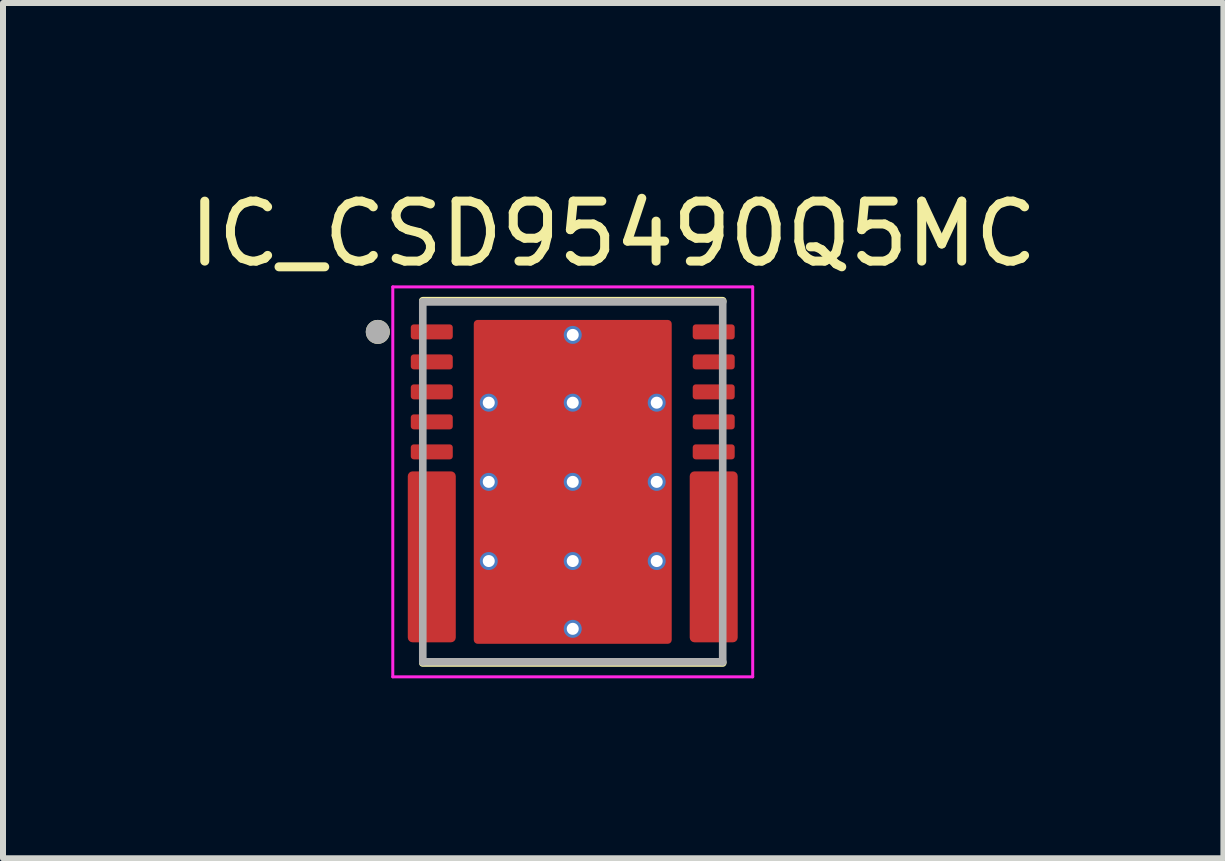
<source format=kicad_pcb>
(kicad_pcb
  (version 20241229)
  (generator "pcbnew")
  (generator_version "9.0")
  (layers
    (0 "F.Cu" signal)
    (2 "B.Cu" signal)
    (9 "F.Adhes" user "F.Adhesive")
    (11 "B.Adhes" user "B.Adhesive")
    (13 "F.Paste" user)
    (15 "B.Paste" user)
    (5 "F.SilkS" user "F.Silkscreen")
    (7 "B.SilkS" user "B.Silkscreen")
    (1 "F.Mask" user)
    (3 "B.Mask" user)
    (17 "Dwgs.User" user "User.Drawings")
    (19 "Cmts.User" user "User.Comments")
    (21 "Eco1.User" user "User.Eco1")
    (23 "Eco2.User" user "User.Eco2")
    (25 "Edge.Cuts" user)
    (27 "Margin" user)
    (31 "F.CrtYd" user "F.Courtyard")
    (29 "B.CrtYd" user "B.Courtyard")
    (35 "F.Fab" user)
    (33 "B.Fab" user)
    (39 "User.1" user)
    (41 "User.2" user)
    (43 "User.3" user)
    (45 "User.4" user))
  (footprint "IC_CSD95490Q5MC"
    (layer "F.Cu")
    (at 6.498 4.983)
    (property "Reference" "IC_CSD95490Q5MC" (at 0.675 -4.135 0) (layer "F.SilkS") (effects (font (size 1 1) (thickness 0.15))))
    (attr smd)
    (fp_poly (pts (xy -2.65 -2.675) (xy -2.05 -2.675) (xy -2.045 -2.675) (xy -2.04 -2.674) (xy -2.034 -2.674) (xy -2.029 -2.673) (xy -2.024 -2.672) (xy -2.019 -2.67) (xy -2.014 -2.668) (xy -2.009 -2.666) (xy -2.005 -2.664) (xy -2 -2.662) (xy -1.996 -2.659) (xy -1.991 -2.656) (xy -1.987 -2.653) (xy -1.983 -2.649) (xy -1.979 -2.646) (xy -1.976 -2.642) (xy -1.972 -2.638) (xy -1.969 -2.634) (xy -1.966 -2.629) (xy -1.963 -2.625) (xy -1.961 -2.62) (xy -1.959 -2.616) (xy -1.957 -2.611) (xy -1.955 -2.606) (xy -1.953 -2.601) (xy -1.952 -2.596) (xy -1.951 -2.591) (xy -1.951 -2.585) (xy -1.95 -2.58) (xy -1.95 -2.575) (xy -1.95 -2.425) (xy -1.95 -2.42) (xy -1.951 -2.415) (xy -1.951 -2.409) (xy -1.952 -2.404) (xy -1.953 -2.399) (xy -1.955 -2.394) (xy -1.957 -2.389) (xy -1.959 -2.384) (xy -1.961 -2.38) (xy -1.963 -2.375) (xy -1.966 -2.371) (xy -1.969 -2.366) (xy -1.972 -2.362) (xy -1.976 -2.358) (xy -1.979 -2.354) (xy -1.983 -2.351) (xy -1.987 -2.347) (xy -1.991 -2.344) (xy -1.996 -2.341) (xy -2 -2.338) (xy -2.005 -2.336) (xy -2.009 -2.334) (xy -2.014 -2.332) (xy -2.019 -2.33) (xy -2.024 -2.328) (xy -2.029 -2.327) (xy -2.034 -2.326) (xy -2.04 -2.326) (xy -2.045 -2.325) (xy -2.05 -2.325) (xy -2.65 -2.325) (xy -2.655 -2.325) (xy -2.66 -2.326) (xy -2.666 -2.326) (xy -2.671 -2.327) (xy -2.676 -2.328) (xy -2.681 -2.33) (xy -2.686 -2.332) (xy -2.691 -2.334) (xy -2.695 -2.336) (xy -2.7 -2.338) (xy -2.704 -2.341) (xy -2.709 -2.344) (xy -2.713 -2.347) (xy -2.717 -2.351) (xy -2.721 -2.354) (xy -2.724 -2.358) (xy -2.728 -2.362) (xy -2.731 -2.366) (xy -2.734 -2.371) (xy -2.737 -2.375) (xy -2.739 -2.38) (xy -2.741 -2.384) (xy -2.743 -2.389) (xy -2.745 -2.394) (xy -2.747 -2.399) (xy -2.748 -2.404) (xy -2.749 -2.409) (xy -2.749 -2.415) (xy -2.75 -2.42) (xy -2.75 -2.425) (xy -2.75 -2.575) (xy -2.75 -2.58) (xy -2.749 -2.585) (xy -2.749 -2.591) (xy -2.748 -2.596) (xy -2.747 -2.601) (xy -2.745 -2.606) (xy -2.743 -2.611) (xy -2.741 -2.616) (xy -2.739 -2.62) (xy -2.737 -2.625) (xy -2.734 -2.629) (xy -2.731 -2.634) (xy -2.728 -2.638) (xy -2.724 -2.642) (xy -2.721 -2.646) (xy -2.717 -2.649) (xy -2.713 -2.653) (xy -2.709 -2.656) (xy -2.704 -2.659) (xy -2.7 -2.662) (xy -2.695 -2.664) (xy -2.691 -2.666) (xy -2.686 -2.668) (xy -2.681 -2.67) (xy -2.676 -2.672) (xy -2.671 -2.673) (xy -2.666 -2.674) (xy -2.66 -2.674) (xy -2.655 -2.675) (xy -2.65 -2.675)) (stroke (width 0.01) (type solid)) (fill yes) (layer "F.Mask"))
    (fp_poly (pts (xy -2.65 -2.175) (xy -2.05 -2.175) (xy -2.045 -2.175) (xy -2.04 -2.174) (xy -2.034 -2.174) (xy -2.029 -2.173) (xy -2.024 -2.172) (xy -2.019 -2.17) (xy -2.014 -2.168) (xy -2.009 -2.166) (xy -2.005 -2.164) (xy -2 -2.162) (xy -1.996 -2.159) (xy -1.991 -2.156) (xy -1.987 -2.153) (xy -1.983 -2.149) (xy -1.979 -2.146) (xy -1.976 -2.142) (xy -1.972 -2.138) (xy -1.969 -2.134) (xy -1.966 -2.129) (xy -1.963 -2.125) (xy -1.961 -2.12) (xy -1.959 -2.116) (xy -1.957 -2.111) (xy -1.955 -2.106) (xy -1.953 -2.101) (xy -1.952 -2.096) (xy -1.951 -2.091) (xy -1.951 -2.085) (xy -1.95 -2.08) (xy -1.95 -2.075) (xy -1.95 -1.925) (xy -1.95 -1.92) (xy -1.951 -1.915) (xy -1.951 -1.909) (xy -1.952 -1.904) (xy -1.953 -1.899) (xy -1.955 -1.894) (xy -1.957 -1.889) (xy -1.959 -1.884) (xy -1.961 -1.88) (xy -1.963 -1.875) (xy -1.966 -1.871) (xy -1.969 -1.866) (xy -1.972 -1.862) (xy -1.976 -1.858) (xy -1.979 -1.854) (xy -1.983 -1.851) (xy -1.987 -1.847) (xy -1.991 -1.844) (xy -1.996 -1.841) (xy -2 -1.838) (xy -2.005 -1.836) (xy -2.009 -1.834) (xy -2.014 -1.832) (xy -2.019 -1.83) (xy -2.024 -1.828) (xy -2.029 -1.827) (xy -2.034 -1.826) (xy -2.04 -1.826) (xy -2.045 -1.825) (xy -2.05 -1.825) (xy -2.65 -1.825) (xy -2.655 -1.825) (xy -2.66 -1.826) (xy -2.666 -1.826) (xy -2.671 -1.827) (xy -2.676 -1.828) (xy -2.681 -1.83) (xy -2.686 -1.832) (xy -2.691 -1.834) (xy -2.695 -1.836) (xy -2.7 -1.838) (xy -2.704 -1.841) (xy -2.709 -1.844) (xy -2.713 -1.847) (xy -2.717 -1.851) (xy -2.721 -1.854) (xy -2.724 -1.858) (xy -2.728 -1.862) (xy -2.731 -1.866) (xy -2.734 -1.871) (xy -2.737 -1.875) (xy -2.739 -1.88) (xy -2.741 -1.884) (xy -2.743 -1.889) (xy -2.745 -1.894) (xy -2.747 -1.899) (xy -2.748 -1.904) (xy -2.749 -1.909) (xy -2.749 -1.915) (xy -2.75 -1.92) (xy -2.75 -1.925) (xy -2.75 -2.075) (xy -2.75 -2.08) (xy -2.749 -2.085) (xy -2.749 -2.091) (xy -2.748 -2.096) (xy -2.747 -2.101) (xy -2.745 -2.106) (xy -2.743 -2.111) (xy -2.741 -2.116) (xy -2.739 -2.12) (xy -2.737 -2.125) (xy -2.734 -2.129) (xy -2.731 -2.134) (xy -2.728 -2.138) (xy -2.724 -2.142) (xy -2.721 -2.146) (xy -2.717 -2.149) (xy -2.713 -2.153) (xy -2.709 -2.156) (xy -2.704 -2.159) (xy -2.7 -2.162) (xy -2.695 -2.164) (xy -2.691 -2.166) (xy -2.686 -2.168) (xy -2.681 -2.17) (xy -2.676 -2.172) (xy -2.671 -2.173) (xy -2.666 -2.174) (xy -2.66 -2.174) (xy -2.655 -2.175) (xy -2.65 -2.175)) (stroke (width 0.01) (type solid)) (fill yes) (layer "F.Mask"))
    (fp_poly (pts (xy -2.65 -1.675) (xy -2.05 -1.675) (xy -2.045 -1.675) (xy -2.04 -1.674) (xy -2.034 -1.674) (xy -2.029 -1.673) (xy -2.024 -1.672) (xy -2.019 -1.67) (xy -2.014 -1.668) (xy -2.009 -1.666) (xy -2.005 -1.664) (xy -2 -1.662) (xy -1.996 -1.659) (xy -1.991 -1.656) (xy -1.987 -1.653) (xy -1.983 -1.649) (xy -1.979 -1.646) (xy -1.976 -1.642) (xy -1.972 -1.638) (xy -1.969 -1.634) (xy -1.966 -1.629) (xy -1.963 -1.625) (xy -1.961 -1.62) (xy -1.959 -1.616) (xy -1.957 -1.611) (xy -1.955 -1.606) (xy -1.953 -1.601) (xy -1.952 -1.596) (xy -1.951 -1.591) (xy -1.951 -1.585) (xy -1.95 -1.58) (xy -1.95 -1.575) (xy -1.95 -1.425) (xy -1.95 -1.42) (xy -1.951 -1.415) (xy -1.951 -1.409) (xy -1.952 -1.404) (xy -1.953 -1.399) (xy -1.955 -1.394) (xy -1.957 -1.389) (xy -1.959 -1.384) (xy -1.961 -1.38) (xy -1.963 -1.375) (xy -1.966 -1.371) (xy -1.969 -1.366) (xy -1.972 -1.362) (xy -1.976 -1.358) (xy -1.979 -1.354) (xy -1.983 -1.351) (xy -1.987 -1.347) (xy -1.991 -1.344) (xy -1.996 -1.341) (xy -2 -1.338) (xy -2.005 -1.336) (xy -2.009 -1.334) (xy -2.014 -1.332) (xy -2.019 -1.33) (xy -2.024 -1.328) (xy -2.029 -1.327) (xy -2.034 -1.326) (xy -2.04 -1.326) (xy -2.045 -1.325) (xy -2.05 -1.325) (xy -2.65 -1.325) (xy -2.655 -1.325) (xy -2.66 -1.326) (xy -2.666 -1.326) (xy -2.671 -1.327) (xy -2.676 -1.328) (xy -2.681 -1.33) (xy -2.686 -1.332) (xy -2.691 -1.334) (xy -2.695 -1.336) (xy -2.7 -1.338) (xy -2.704 -1.341) (xy -2.709 -1.344) (xy -2.713 -1.347) (xy -2.717 -1.351) (xy -2.721 -1.354) (xy -2.724 -1.358) (xy -2.728 -1.362) (xy -2.731 -1.366) (xy -2.734 -1.371) (xy -2.737 -1.375) (xy -2.739 -1.38) (xy -2.741 -1.384) (xy -2.743 -1.389) (xy -2.745 -1.394) (xy -2.747 -1.399) (xy -2.748 -1.404) (xy -2.749 -1.409) (xy -2.749 -1.415) (xy -2.75 -1.42) (xy -2.75 -1.425) (xy -2.75 -1.575) (xy -2.75 -1.58) (xy -2.749 -1.585) (xy -2.749 -1.591) (xy -2.748 -1.596) (xy -2.747 -1.601) (xy -2.745 -1.606) (xy -2.743 -1.611) (xy -2.741 -1.616) (xy -2.739 -1.62) (xy -2.737 -1.625) (xy -2.734 -1.629) (xy -2.731 -1.634) (xy -2.728 -1.638) (xy -2.724 -1.642) (xy -2.721 -1.646) (xy -2.717 -1.649) (xy -2.713 -1.653) (xy -2.709 -1.656) (xy -2.704 -1.659) (xy -2.7 -1.662) (xy -2.695 -1.664) (xy -2.691 -1.666) (xy -2.686 -1.668) (xy -2.681 -1.67) (xy -2.676 -1.672) (xy -2.671 -1.673) (xy -2.666 -1.674) (xy -2.66 -1.674) (xy -2.655 -1.675) (xy -2.65 -1.675)) (stroke (width 0.01) (type solid)) (fill yes) (layer "F.Mask"))
    (fp_poly (pts (xy -2.65 -1.175) (xy -2.05 -1.175) (xy -2.045 -1.175) (xy -2.04 -1.174) (xy -2.034 -1.174) (xy -2.029 -1.173) (xy -2.024 -1.172) (xy -2.019 -1.17) (xy -2.014 -1.168) (xy -2.009 -1.166) (xy -2.005 -1.164) (xy -2 -1.162) (xy -1.996 -1.159) (xy -1.991 -1.156) (xy -1.987 -1.153) (xy -1.983 -1.149) (xy -1.979 -1.146) (xy -1.976 -1.142) (xy -1.972 -1.138) (xy -1.969 -1.134) (xy -1.966 -1.129) (xy -1.963 -1.125) (xy -1.961 -1.12) (xy -1.959 -1.116) (xy -1.957 -1.111) (xy -1.955 -1.106) (xy -1.953 -1.101) (xy -1.952 -1.096) (xy -1.951 -1.091) (xy -1.951 -1.085) (xy -1.95 -1.08) (xy -1.95 -1.075) (xy -1.95 -0.925) (xy -1.95 -0.92) (xy -1.951 -0.915) (xy -1.951 -0.909) (xy -1.952 -0.904) (xy -1.953 -0.899) (xy -1.955 -0.894) (xy -1.957 -0.889) (xy -1.959 -0.884) (xy -1.961 -0.88) (xy -1.963 -0.875) (xy -1.966 -0.871) (xy -1.969 -0.866) (xy -1.972 -0.862) (xy -1.976 -0.858) (xy -1.979 -0.854) (xy -1.983 -0.851) (xy -1.987 -0.847) (xy -1.991 -0.844) (xy -1.996 -0.841) (xy -2 -0.838) (xy -2.005 -0.836) (xy -2.009 -0.834) (xy -2.014 -0.832) (xy -2.019 -0.83) (xy -2.024 -0.828) (xy -2.029 -0.827) (xy -2.034 -0.826) (xy -2.04 -0.826) (xy -2.045 -0.825) (xy -2.05 -0.825) (xy -2.65 -0.825) (xy -2.655 -0.825) (xy -2.66 -0.826) (xy -2.666 -0.826) (xy -2.671 -0.827) (xy -2.676 -0.828) (xy -2.681 -0.83) (xy -2.686 -0.832) (xy -2.691 -0.834) (xy -2.695 -0.836) (xy -2.7 -0.838) (xy -2.704 -0.841) (xy -2.709 -0.844) (xy -2.713 -0.847) (xy -2.717 -0.851) (xy -2.721 -0.854) (xy -2.724 -0.858) (xy -2.728 -0.862) (xy -2.731 -0.866) (xy -2.734 -0.871) (xy -2.737 -0.875) (xy -2.739 -0.88) (xy -2.741 -0.884) (xy -2.743 -0.889) (xy -2.745 -0.894) (xy -2.747 -0.899) (xy -2.748 -0.904) (xy -2.749 -0.909) (xy -2.749 -0.915) (xy -2.75 -0.92) (xy -2.75 -0.925) (xy -2.75 -1.075) (xy -2.75 -1.08) (xy -2.749 -1.085) (xy -2.749 -1.091) (xy -2.748 -1.096) (xy -2.747 -1.101) (xy -2.745 -1.106) (xy -2.743 -1.111) (xy -2.741 -1.116) (xy -2.739 -1.12) (xy -2.737 -1.125) (xy -2.734 -1.129) (xy -2.731 -1.134) (xy -2.728 -1.138) (xy -2.724 -1.142) (xy -2.721 -1.146) (xy -2.717 -1.149) (xy -2.713 -1.153) (xy -2.709 -1.156) (xy -2.704 -1.159) (xy -2.7 -1.162) (xy -2.695 -1.164) (xy -2.691 -1.166) (xy -2.686 -1.168) (xy -2.681 -1.17) (xy -2.676 -1.172) (xy -2.671 -1.173) (xy -2.666 -1.174) (xy -2.66 -1.174) (xy -2.655 -1.175) (xy -2.65 -1.175)) (stroke (width 0.01) (type solid)) (fill yes) (layer "F.Mask"))
    (fp_poly (pts (xy -2.65 -0.675) (xy -2.05 -0.675) (xy -2.045 -0.675) (xy -2.04 -0.674) (xy -2.034 -0.674) (xy -2.029 -0.673) (xy -2.024 -0.672) (xy -2.019 -0.67) (xy -2.014 -0.668) (xy -2.009 -0.666) (xy -2.005 -0.664) (xy -2 -0.662) (xy -1.996 -0.659) (xy -1.991 -0.656) (xy -1.987 -0.653) (xy -1.983 -0.649) (xy -1.979 -0.646) (xy -1.976 -0.642) (xy -1.972 -0.638) (xy -1.969 -0.634) (xy -1.966 -0.629) (xy -1.963 -0.625) (xy -1.961 -0.62) (xy -1.959 -0.616) (xy -1.957 -0.611) (xy -1.955 -0.606) (xy -1.953 -0.601) (xy -1.952 -0.596) (xy -1.951 -0.591) (xy -1.951 -0.585) (xy -1.95 -0.58) (xy -1.95 -0.575) (xy -1.95 -0.425) (xy -1.95 -0.42) (xy -1.951 -0.415) (xy -1.951 -0.409) (xy -1.952 -0.404) (xy -1.953 -0.399) (xy -1.955 -0.394) (xy -1.957 -0.389) (xy -1.959 -0.384) (xy -1.961 -0.38) (xy -1.963 -0.375) (xy -1.966 -0.371) (xy -1.969 -0.366) (xy -1.972 -0.362) (xy -1.976 -0.358) (xy -1.979 -0.354) (xy -1.983 -0.351) (xy -1.987 -0.347) (xy -1.991 -0.344) (xy -1.996 -0.341) (xy -2 -0.338) (xy -2.005 -0.336) (xy -2.009 -0.334) (xy -2.014 -0.332) (xy -2.019 -0.33) (xy -2.024 -0.328) (xy -2.029 -0.327) (xy -2.034 -0.326) (xy -2.04 -0.326) (xy -2.045 -0.325) (xy -2.05 -0.325) (xy -2.65 -0.325) (xy -2.655 -0.325) (xy -2.66 -0.326) (xy -2.666 -0.326) (xy -2.671 -0.327) (xy -2.676 -0.328) (xy -2.681 -0.33) (xy -2.686 -0.332) (xy -2.691 -0.334) (xy -2.695 -0.336) (xy -2.7 -0.338) (xy -2.704 -0.341) (xy -2.709 -0.344) (xy -2.713 -0.347) (xy -2.717 -0.351) (xy -2.721 -0.354) (xy -2.724 -0.358) (xy -2.728 -0.362) (xy -2.731 -0.366) (xy -2.734 -0.371) (xy -2.737 -0.375) (xy -2.739 -0.38) (xy -2.741 -0.384) (xy -2.743 -0.389) (xy -2.745 -0.394) (xy -2.747 -0.399) (xy -2.748 -0.404) (xy -2.749 -0.409) (xy -2.749 -0.415) (xy -2.75 -0.42) (xy -2.75 -0.425) (xy -2.75 -0.575) (xy -2.75 -0.58) (xy -2.749 -0.585) (xy -2.749 -0.591) (xy -2.748 -0.596) (xy -2.747 -0.601) (xy -2.745 -0.606) (xy -2.743 -0.611) (xy -2.741 -0.616) (xy -2.739 -0.62) (xy -2.737 -0.625) (xy -2.734 -0.629) (xy -2.731 -0.634) (xy -2.728 -0.638) (xy -2.724 -0.642) (xy -2.721 -0.646) (xy -2.717 -0.649) (xy -2.713 -0.653) (xy -2.709 -0.656) (xy -2.704 -0.659) (xy -2.7 -0.662) (xy -2.695 -0.664) (xy -2.691 -0.666) (xy -2.686 -0.668) (xy -2.681 -0.67) (xy -2.676 -0.672) (xy -2.671 -0.673) (xy -2.666 -0.674) (xy -2.66 -0.674) (xy -2.655 -0.675) (xy -2.65 -0.675)) (stroke (width 0.01) (type solid)) (fill yes) (layer "F.Mask"))
    (fp_poly (pts (xy 1.7 -2.65) (xy 1.7 2.65) (xy 1.7 2.655) (xy 1.699 2.66) (xy 1.699 2.666) (xy 1.698 2.671) (xy 1.697 2.676) (xy 1.695 2.681) (xy 1.693 2.686) (xy 1.691 2.691) (xy 1.689 2.695) (xy 1.687 2.7) (xy 1.684 2.704) (xy 1.681 2.709) (xy 1.678 2.713) (xy 1.674 2.717) (xy 1.671 2.721) (xy 1.667 2.724) (xy 1.663 2.728) (xy 1.659 2.731) (xy 1.654 2.734) (xy 1.65 2.737) (xy 1.645 2.739) (xy 1.641 2.741) (xy 1.636 2.743) (xy 1.631 2.745) (xy 1.626 2.747) (xy 1.621 2.748) (xy 1.616 2.749) (xy 1.61 2.749) (xy 1.605 2.75) (xy 1.6 2.75) (xy -1.6 2.75) (xy -1.605 2.75) (xy -1.61 2.749) (xy -1.616 2.749) (xy -1.621 2.748) (xy -1.626 2.747) (xy -1.631 2.745) (xy -1.636 2.743) (xy -1.641 2.741) (xy -1.645 2.739) (xy -1.65 2.737) (xy -1.654 2.734) (xy -1.659 2.731) (xy -1.663 2.728) (xy -1.667 2.724) (xy -1.671 2.721) (xy -1.674 2.717) (xy -1.678 2.713) (xy -1.681 2.709) (xy -1.684 2.704) (xy -1.687 2.7) (xy -1.689 2.695) (xy -1.691 2.691) (xy -1.693 2.686) (xy -1.695 2.681) (xy -1.697 2.676) (xy -1.698 2.671) (xy -1.699 2.666) (xy -1.699 2.66) (xy -1.7 2.655) (xy -1.7 2.65) (xy -1.7 -2.65) (xy -1.7 -2.655) (xy -1.699 -2.66) (xy -1.699 -2.666) (xy -1.698 -2.671) (xy -1.697 -2.676) (xy -1.695 -2.681) (xy -1.693 -2.686) (xy -1.691 -2.691) (xy -1.689 -2.695) (xy -1.687 -2.7) (xy -1.684 -2.704) (xy -1.681 -2.709) (xy -1.678 -2.713) (xy -1.674 -2.717) (xy -1.671 -2.721) (xy -1.667 -2.724) (xy -1.663 -2.728) (xy -1.659 -2.731) (xy -1.654 -2.734) (xy -1.65 -2.737) (xy -1.645 -2.739) (xy -1.641 -2.741) (xy -1.636 -2.743) (xy -1.631 -2.745) (xy -1.626 -2.747) (xy -1.621 -2.748) (xy -1.616 -2.749) (xy -1.61 -2.749) (xy -1.605 -2.75) (xy -1.6 -2.75) (xy 1.6 -2.75) (xy 1.605 -2.75) (xy 1.61 -2.749) (xy 1.616 -2.749) (xy 1.621 -2.748) (xy 1.626 -2.747) (xy 1.631 -2.745) (xy 1.636 -2.743) (xy 1.641 -2.741) (xy 1.645 -2.739) (xy 1.65 -2.737) (xy 1.654 -2.734) (xy 1.659 -2.731) (xy 1.663 -2.728) (xy 1.667 -2.724) (xy 1.671 -2.721) (xy 1.674 -2.717) (xy 1.678 -2.713) (xy 1.681 -2.709) (xy 1.684 -2.704) (xy 1.687 -2.7) (xy 1.689 -2.695) (xy 1.691 -2.691) (xy 1.693 -2.686) (xy 1.695 -2.681) (xy 1.697 -2.676) (xy 1.698 -2.671) (xy 1.699 -2.666) (xy 1.699 -2.66) (xy 1.7 -2.655) (xy 1.7 -2.65)) (stroke (width 0.01) (type solid)) (fill yes) (layer "F.Mask"))
    (fp_poly (pts (xy 2.05 -2.675) (xy 2.65 -2.675) (xy 2.655 -2.675) (xy 2.66 -2.674) (xy 2.666 -2.674) (xy 2.671 -2.673) (xy 2.676 -2.672) (xy 2.681 -2.67) (xy 2.686 -2.668) (xy 2.691 -2.666) (xy 2.695 -2.664) (xy 2.7 -2.662) (xy 2.704 -2.659) (xy 2.709 -2.656) (xy 2.713 -2.653) (xy 2.717 -2.649) (xy 2.721 -2.646) (xy 2.724 -2.642) (xy 2.728 -2.638) (xy 2.731 -2.634) (xy 2.734 -2.629) (xy 2.737 -2.625) (xy 2.739 -2.62) (xy 2.741 -2.616) (xy 2.743 -2.611) (xy 2.745 -2.606) (xy 2.747 -2.601) (xy 2.748 -2.596) (xy 2.749 -2.591) (xy 2.749 -2.585) (xy 2.75 -2.58) (xy 2.75 -2.575) (xy 2.75 -2.425) (xy 2.75 -2.42) (xy 2.749 -2.415) (xy 2.749 -2.409) (xy 2.748 -2.404) (xy 2.747 -2.399) (xy 2.745 -2.394) (xy 2.743 -2.389) (xy 2.741 -2.384) (xy 2.739 -2.38) (xy 2.737 -2.375) (xy 2.734 -2.371) (xy 2.731 -2.366) (xy 2.728 -2.362) (xy 2.724 -2.358) (xy 2.721 -2.354) (xy 2.717 -2.351) (xy 2.713 -2.347) (xy 2.709 -2.344) (xy 2.704 -2.341) (xy 2.7 -2.338) (xy 2.695 -2.336) (xy 2.691 -2.334) (xy 2.686 -2.332) (xy 2.681 -2.33) (xy 2.676 -2.328) (xy 2.671 -2.327) (xy 2.666 -2.326) (xy 2.66 -2.326) (xy 2.655 -2.325) (xy 2.65 -2.325) (xy 2.05 -2.325) (xy 2.045 -2.325) (xy 2.04 -2.326) (xy 2.034 -2.326) (xy 2.029 -2.327) (xy 2.024 -2.328) (xy 2.019 -2.33) (xy 2.014 -2.332) (xy 2.009 -2.334) (xy 2.005 -2.336) (xy 2 -2.338) (xy 1.996 -2.341) (xy 1.991 -2.344) (xy 1.987 -2.347) (xy 1.983 -2.351) (xy 1.979 -2.354) (xy 1.976 -2.358) (xy 1.972 -2.362) (xy 1.969 -2.366) (xy 1.966 -2.371) (xy 1.963 -2.375) (xy 1.961 -2.38) (xy 1.959 -2.384) (xy 1.957 -2.389) (xy 1.955 -2.394) (xy 1.953 -2.399) (xy 1.952 -2.404) (xy 1.951 -2.409) (xy 1.951 -2.415) (xy 1.95 -2.42) (xy 1.95 -2.425) (xy 1.95 -2.575) (xy 1.95 -2.58) (xy 1.951 -2.585) (xy 1.951 -2.591) (xy 1.952 -2.596) (xy 1.953 -2.601) (xy 1.955 -2.606) (xy 1.957 -2.611) (xy 1.959 -2.616) (xy 1.961 -2.62) (xy 1.963 -2.625) (xy 1.966 -2.629) (xy 1.969 -2.634) (xy 1.972 -2.638) (xy 1.976 -2.642) (xy 1.979 -2.646) (xy 1.983 -2.649) (xy 1.987 -2.653) (xy 1.991 -2.656) (xy 1.996 -2.659) (xy 2 -2.662) (xy 2.005 -2.664) (xy 2.009 -2.666) (xy 2.014 -2.668) (xy 2.019 -2.67) (xy 2.024 -2.672) (xy 2.029 -2.673) (xy 2.034 -2.674) (xy 2.04 -2.674) (xy 2.045 -2.675) (xy 2.05 -2.675)) (stroke (width 0.01) (type solid)) (fill yes) (layer "F.Mask"))
    (fp_poly (pts (xy 2.05 -2.175) (xy 2.65 -2.175) (xy 2.655 -2.175) (xy 2.66 -2.174) (xy 2.666 -2.174) (xy 2.671 -2.173) (xy 2.676 -2.172) (xy 2.681 -2.17) (xy 2.686 -2.168) (xy 2.691 -2.166) (xy 2.695 -2.164) (xy 2.7 -2.162) (xy 2.704 -2.159) (xy 2.709 -2.156) (xy 2.713 -2.153) (xy 2.717 -2.149) (xy 2.721 -2.146) (xy 2.724 -2.142) (xy 2.728 -2.138) (xy 2.731 -2.134) (xy 2.734 -2.129) (xy 2.737 -2.125) (xy 2.739 -2.12) (xy 2.741 -2.116) (xy 2.743 -2.111) (xy 2.745 -2.106) (xy 2.747 -2.101) (xy 2.748 -2.096) (xy 2.749 -2.091) (xy 2.749 -2.085) (xy 2.75 -2.08) (xy 2.75 -2.075) (xy 2.75 -1.925) (xy 2.75 -1.92) (xy 2.749 -1.915) (xy 2.749 -1.909) (xy 2.748 -1.904) (xy 2.747 -1.899) (xy 2.745 -1.894) (xy 2.743 -1.889) (xy 2.741 -1.884) (xy 2.739 -1.88) (xy 2.737 -1.875) (xy 2.734 -1.871) (xy 2.731 -1.866) (xy 2.728 -1.862) (xy 2.724 -1.858) (xy 2.721 -1.854) (xy 2.717 -1.851) (xy 2.713 -1.847) (xy 2.709 -1.844) (xy 2.704 -1.841) (xy 2.7 -1.838) (xy 2.695 -1.836) (xy 2.691 -1.834) (xy 2.686 -1.832) (xy 2.681 -1.83) (xy 2.676 -1.828) (xy 2.671 -1.827) (xy 2.666 -1.826) (xy 2.66 -1.826) (xy 2.655 -1.825) (xy 2.65 -1.825) (xy 2.05 -1.825) (xy 2.045 -1.825) (xy 2.04 -1.826) (xy 2.034 -1.826) (xy 2.029 -1.827) (xy 2.024 -1.828) (xy 2.019 -1.83) (xy 2.014 -1.832) (xy 2.009 -1.834) (xy 2.005 -1.836) (xy 2 -1.838) (xy 1.996 -1.841) (xy 1.991 -1.844) (xy 1.987 -1.847) (xy 1.983 -1.851) (xy 1.979 -1.854) (xy 1.976 -1.858) (xy 1.972 -1.862) (xy 1.969 -1.866) (xy 1.966 -1.871) (xy 1.963 -1.875) (xy 1.961 -1.88) (xy 1.959 -1.884) (xy 1.957 -1.889) (xy 1.955 -1.894) (xy 1.953 -1.899) (xy 1.952 -1.904) (xy 1.951 -1.909) (xy 1.951 -1.915) (xy 1.95 -1.92) (xy 1.95 -1.925) (xy 1.95 -2.075) (xy 1.95 -2.08) (xy 1.951 -2.085) (xy 1.951 -2.091) (xy 1.952 -2.096) (xy 1.953 -2.101) (xy 1.955 -2.106) (xy 1.957 -2.111) (xy 1.959 -2.116) (xy 1.961 -2.12) (xy 1.963 -2.125) (xy 1.966 -2.129) (xy 1.969 -2.134) (xy 1.972 -2.138) (xy 1.976 -2.142) (xy 1.979 -2.146) (xy 1.983 -2.149) (xy 1.987 -2.153) (xy 1.991 -2.156) (xy 1.996 -2.159) (xy 2 -2.162) (xy 2.005 -2.164) (xy 2.009 -2.166) (xy 2.014 -2.168) (xy 2.019 -2.17) (xy 2.024 -2.172) (xy 2.029 -2.173) (xy 2.034 -2.174) (xy 2.04 -2.174) (xy 2.045 -2.175) (xy 2.05 -2.175)) (stroke (width 0.01) (type solid)) (fill yes) (layer "F.Mask"))
    (fp_poly (pts (xy 2.05 -1.675) (xy 2.65 -1.675) (xy 2.655 -1.675) (xy 2.66 -1.674) (xy 2.666 -1.674) (xy 2.671 -1.673) (xy 2.676 -1.672) (xy 2.681 -1.67) (xy 2.686 -1.668) (xy 2.691 -1.666) (xy 2.695 -1.664) (xy 2.7 -1.662) (xy 2.704 -1.659) (xy 2.709 -1.656) (xy 2.713 -1.653) (xy 2.717 -1.649) (xy 2.721 -1.646) (xy 2.724 -1.642) (xy 2.728 -1.638) (xy 2.731 -1.634) (xy 2.734 -1.629) (xy 2.737 -1.625) (xy 2.739 -1.62) (xy 2.741 -1.616) (xy 2.743 -1.611) (xy 2.745 -1.606) (xy 2.747 -1.601) (xy 2.748 -1.596) (xy 2.749 -1.591) (xy 2.749 -1.585) (xy 2.75 -1.58) (xy 2.75 -1.575) (xy 2.75 -1.425) (xy 2.75 -1.42) (xy 2.749 -1.415) (xy 2.749 -1.409) (xy 2.748 -1.404) (xy 2.747 -1.399) (xy 2.745 -1.394) (xy 2.743 -1.389) (xy 2.741 -1.384) (xy 2.739 -1.38) (xy 2.737 -1.375) (xy 2.734 -1.371) (xy 2.731 -1.366) (xy 2.728 -1.362) (xy 2.724 -1.358) (xy 2.721 -1.354) (xy 2.717 -1.351) (xy 2.713 -1.347) (xy 2.709 -1.344) (xy 2.704 -1.341) (xy 2.7 -1.338) (xy 2.695 -1.336) (xy 2.691 -1.334) (xy 2.686 -1.332) (xy 2.681 -1.33) (xy 2.676 -1.328) (xy 2.671 -1.327) (xy 2.666 -1.326) (xy 2.66 -1.326) (xy 2.655 -1.325) (xy 2.65 -1.325) (xy 2.05 -1.325) (xy 2.045 -1.325) (xy 2.04 -1.326) (xy 2.034 -1.326) (xy 2.029 -1.327) (xy 2.024 -1.328) (xy 2.019 -1.33) (xy 2.014 -1.332) (xy 2.009 -1.334) (xy 2.005 -1.336) (xy 2 -1.338) (xy 1.996 -1.341) (xy 1.991 -1.344) (xy 1.987 -1.347) (xy 1.983 -1.351) (xy 1.979 -1.354) (xy 1.976 -1.358) (xy 1.972 -1.362) (xy 1.969 -1.366) (xy 1.966 -1.371) (xy 1.963 -1.375) (xy 1.961 -1.38) (xy 1.959 -1.384) (xy 1.957 -1.389) (xy 1.955 -1.394) (xy 1.953 -1.399) (xy 1.952 -1.404) (xy 1.951 -1.409) (xy 1.951 -1.415) (xy 1.95 -1.42) (xy 1.95 -1.425) (xy 1.95 -1.575) (xy 1.95 -1.58) (xy 1.951 -1.585) (xy 1.951 -1.591) (xy 1.952 -1.596) (xy 1.953 -1.601) (xy 1.955 -1.606) (xy 1.957 -1.611) (xy 1.959 -1.616) (xy 1.961 -1.62) (xy 1.963 -1.625) (xy 1.966 -1.629) (xy 1.969 -1.634) (xy 1.972 -1.638) (xy 1.976 -1.642) (xy 1.979 -1.646) (xy 1.983 -1.649) (xy 1.987 -1.653) (xy 1.991 -1.656) (xy 1.996 -1.659) (xy 2 -1.662) (xy 2.005 -1.664) (xy 2.009 -1.666) (xy 2.014 -1.668) (xy 2.019 -1.67) (xy 2.024 -1.672) (xy 2.029 -1.673) (xy 2.034 -1.674) (xy 2.04 -1.674) (xy 2.045 -1.675) (xy 2.05 -1.675)) (stroke (width 0.01) (type solid)) (fill yes) (layer "F.Mask"))
    (fp_poly (pts (xy 2.05 -1.175) (xy 2.65 -1.175) (xy 2.655 -1.175) (xy 2.66 -1.174) (xy 2.666 -1.174) (xy 2.671 -1.173) (xy 2.676 -1.172) (xy 2.681 -1.17) (xy 2.686 -1.168) (xy 2.691 -1.166) (xy 2.695 -1.164) (xy 2.7 -1.162) (xy 2.704 -1.159) (xy 2.709 -1.156) (xy 2.713 -1.153) (xy 2.717 -1.149) (xy 2.721 -1.146) (xy 2.724 -1.142) (xy 2.728 -1.138) (xy 2.731 -1.134) (xy 2.734 -1.129) (xy 2.737 -1.125) (xy 2.739 -1.12) (xy 2.741 -1.116) (xy 2.743 -1.111) (xy 2.745 -1.106) (xy 2.747 -1.101) (xy 2.748 -1.096) (xy 2.749 -1.091) (xy 2.749 -1.085) (xy 2.75 -1.08) (xy 2.75 -1.075) (xy 2.75 -0.925) (xy 2.75 -0.92) (xy 2.749 -0.915) (xy 2.749 -0.909) (xy 2.748 -0.904) (xy 2.747 -0.899) (xy 2.745 -0.894) (xy 2.743 -0.889) (xy 2.741 -0.884) (xy 2.739 -0.88) (xy 2.737 -0.875) (xy 2.734 -0.871) (xy 2.731 -0.866) (xy 2.728 -0.862) (xy 2.724 -0.858) (xy 2.721 -0.854) (xy 2.717 -0.851) (xy 2.713 -0.847) (xy 2.709 -0.844) (xy 2.704 -0.841) (xy 2.7 -0.838) (xy 2.695 -0.836) (xy 2.691 -0.834) (xy 2.686 -0.832) (xy 2.681 -0.83) (xy 2.676 -0.828) (xy 2.671 -0.827) (xy 2.666 -0.826) (xy 2.66 -0.826) (xy 2.655 -0.825) (xy 2.65 -0.825) (xy 2.05 -0.825) (xy 2.045 -0.825) (xy 2.04 -0.826) (xy 2.034 -0.826) (xy 2.029 -0.827) (xy 2.024 -0.828) (xy 2.019 -0.83) (xy 2.014 -0.832) (xy 2.009 -0.834) (xy 2.005 -0.836) (xy 2 -0.838) (xy 1.996 -0.841) (xy 1.991 -0.844) (xy 1.987 -0.847) (xy 1.983 -0.851) (xy 1.979 -0.854) (xy 1.976 -0.858) (xy 1.972 -0.862) (xy 1.969 -0.866) (xy 1.966 -0.871) (xy 1.963 -0.875) (xy 1.961 -0.88) (xy 1.959 -0.884) (xy 1.957 -0.889) (xy 1.955 -0.894) (xy 1.953 -0.899) (xy 1.952 -0.904) (xy 1.951 -0.909) (xy 1.951 -0.915) (xy 1.95 -0.92) (xy 1.95 -0.925) (xy 1.95 -1.075) (xy 1.95 -1.08) (xy 1.951 -1.085) (xy 1.951 -1.091) (xy 1.952 -1.096) (xy 1.953 -1.101) (xy 1.955 -1.106) (xy 1.957 -1.111) (xy 1.959 -1.116) (xy 1.961 -1.12) (xy 1.963 -1.125) (xy 1.966 -1.129) (xy 1.969 -1.134) (xy 1.972 -1.138) (xy 1.976 -1.142) (xy 1.979 -1.146) (xy 1.983 -1.149) (xy 1.987 -1.153) (xy 1.991 -1.156) (xy 1.996 -1.159) (xy 2 -1.162) (xy 2.005 -1.164) (xy 2.009 -1.166) (xy 2.014 -1.168) (xy 2.019 -1.17) (xy 2.024 -1.172) (xy 2.029 -1.173) (xy 2.034 -1.174) (xy 2.04 -1.174) (xy 2.045 -1.175) (xy 2.05 -1.175)) (stroke (width 0.01) (type solid)) (fill yes) (layer "F.Mask"))
    (fp_poly (pts (xy 2.05 -0.675) (xy 2.65 -0.675) (xy 2.655 -0.675) (xy 2.66 -0.674) (xy 2.666 -0.674) (xy 2.671 -0.673) (xy 2.676 -0.672) (xy 2.681 -0.67) (xy 2.686 -0.668) (xy 2.691 -0.666) (xy 2.695 -0.664) (xy 2.7 -0.662) (xy 2.704 -0.659) (xy 2.709 -0.656) (xy 2.713 -0.653) (xy 2.717 -0.649) (xy 2.721 -0.646) (xy 2.724 -0.642) (xy 2.728 -0.638) (xy 2.731 -0.634) (xy 2.734 -0.629) (xy 2.737 -0.625) (xy 2.739 -0.62) (xy 2.741 -0.616) (xy 2.743 -0.611) (xy 2.745 -0.606) (xy 2.747 -0.601) (xy 2.748 -0.596) (xy 2.749 -0.591) (xy 2.749 -0.585) (xy 2.75 -0.58) (xy 2.75 -0.575) (xy 2.75 -0.425) (xy 2.75 -0.42) (xy 2.749 -0.415) (xy 2.749 -0.409) (xy 2.748 -0.404) (xy 2.747 -0.399) (xy 2.745 -0.394) (xy 2.743 -0.389) (xy 2.741 -0.384) (xy 2.739 -0.38) (xy 2.737 -0.375) (xy 2.734 -0.371) (xy 2.731 -0.366) (xy 2.728 -0.362) (xy 2.724 -0.358) (xy 2.721 -0.354) (xy 2.717 -0.351) (xy 2.713 -0.347) (xy 2.709 -0.344) (xy 2.704 -0.341) (xy 2.7 -0.338) (xy 2.695 -0.336) (xy 2.691 -0.334) (xy 2.686 -0.332) (xy 2.681 -0.33) (xy 2.676 -0.328) (xy 2.671 -0.327) (xy 2.666 -0.326) (xy 2.66 -0.326) (xy 2.655 -0.325) (xy 2.65 -0.325) (xy 2.05 -0.325) (xy 2.045 -0.325) (xy 2.04 -0.326) (xy 2.034 -0.326) (xy 2.029 -0.327) (xy 2.024 -0.328) (xy 2.019 -0.33) (xy 2.014 -0.332) (xy 2.009 -0.334) (xy 2.005 -0.336) (xy 2 -0.338) (xy 1.996 -0.341) (xy 1.991 -0.344) (xy 1.987 -0.347) (xy 1.983 -0.351) (xy 1.979 -0.354) (xy 1.976 -0.358) (xy 1.972 -0.362) (xy 1.969 -0.366) (xy 1.966 -0.371) (xy 1.963 -0.375) (xy 1.961 -0.38) (xy 1.959 -0.384) (xy 1.957 -0.389) (xy 1.955 -0.394) (xy 1.953 -0.399) (xy 1.952 -0.404) (xy 1.951 -0.409) (xy 1.951 -0.415) (xy 1.95 -0.42) (xy 1.95 -0.425) (xy 1.95 -0.575) (xy 1.95 -0.58) (xy 1.951 -0.585) (xy 1.951 -0.591) (xy 1.952 -0.596) (xy 1.953 -0.601) (xy 1.955 -0.606) (xy 1.957 -0.611) (xy 1.959 -0.616) (xy 1.961 -0.62) (xy 1.963 -0.625) (xy 1.966 -0.629) (xy 1.969 -0.634) (xy 1.972 -0.638) (xy 1.976 -0.642) (xy 1.979 -0.646) (xy 1.983 -0.649) (xy 1.987 -0.653) (xy 1.991 -0.656) (xy 1.996 -0.659) (xy 2 -0.662) (xy 2.005 -0.664) (xy 2.009 -0.666) (xy 2.014 -0.668) (xy 2.019 -0.67) (xy 2.024 -0.672) (xy 2.029 -0.673) (xy 2.034 -0.674) (xy 2.04 -0.674) (xy 2.045 -0.675) (xy 2.05 -0.675)) (stroke (width 0.01) (type solid)) (fill yes) (layer "F.Mask"))
    (fp_poly (pts (xy -2 -0.075) (xy -2 2.575) (xy -2 2.578) (xy -2 2.58) (xy -2.001 2.583) (xy -2.001 2.585) (xy -2.002 2.588) (xy -2.002 2.59) (xy -2.003 2.593) (xy -2.004 2.595) (xy -2.005 2.598) (xy -2.007 2.6) (xy -2.008 2.602) (xy -2.01 2.604) (xy -2.011 2.606) (xy -2.013 2.608) (xy -2.015 2.61) (xy -2.017 2.612) (xy -2.019 2.614) (xy -2.021 2.615) (xy -2.023 2.617) (xy -2.025 2.618) (xy -2.027 2.62) (xy -2.03 2.621) (xy -2.032 2.622) (xy -2.035 2.623) (xy -2.037 2.623) (xy -2.04 2.624) (xy -2.042 2.624) (xy -2.045 2.625) (xy -2.047 2.625) (xy -2.05 2.625) (xy -2.65 2.625) (xy -2.653 2.625) (xy -2.655 2.625) (xy -2.658 2.624) (xy -2.66 2.624) (xy -2.663 2.623) (xy -2.665 2.623) (xy -2.668 2.622) (xy -2.67 2.621) (xy -2.673 2.62) (xy -2.675 2.618) (xy -2.677 2.617) (xy -2.679 2.615) (xy -2.681 2.614) (xy -2.683 2.612) (xy -2.685 2.61) (xy -2.687 2.608) (xy -2.689 2.606) (xy -2.69 2.604) (xy -2.692 2.602) (xy -2.693 2.6) (xy -2.695 2.598) (xy -2.696 2.595) (xy -2.697 2.593) (xy -2.698 2.59) (xy -2.698 2.588) (xy -2.699 2.585) (xy -2.699 2.583) (xy -2.7 2.58) (xy -2.7 2.578) (xy -2.7 2.575) (xy -2.7 2.425) (xy -2.7 2.422) (xy -2.7 2.42) (xy -2.699 2.417) (xy -2.699 2.415) (xy -2.698 2.412) (xy -2.698 2.41) (xy -2.697 2.407) (xy -2.696 2.405) (xy -2.695 2.402) (xy -2.693 2.4) (xy -2.692 2.398) (xy -2.69 2.396) (xy -2.689 2.394) (xy -2.687 2.392) (xy -2.685 2.39) (xy -2.683 2.388) (xy -2.681 2.386) (xy -2.679 2.385) (xy -2.677 2.383) (xy -2.675 2.382) (xy -2.673 2.38) (xy -2.67 2.379) (xy -2.668 2.378) (xy -2.665 2.377) (xy -2.663 2.377) (xy -2.66 2.376) (xy -2.658 2.376) (xy -2.655 2.375) (xy -2.653 2.375) (xy -2.65 2.375) (xy -2.36 2.375) (xy -2.357 2.375) (xy -2.355 2.375) (xy -2.352 2.374) (xy -2.35 2.374) (xy -2.347 2.373) (xy -2.345 2.373) (xy -2.342 2.372) (xy -2.34 2.371) (xy -2.337 2.37) (xy -2.335 2.368) (xy -2.333 2.367) (xy -2.331 2.365) (xy -2.329 2.364) (xy -2.327 2.362) (xy -2.325 2.36) (xy -2.323 2.358) (xy -2.321 2.356) (xy -2.32 2.354) (xy -2.318 2.352) (xy -2.317 2.35) (xy -2.315 2.348) (xy -2.314 2.345) (xy -2.313 2.343) (xy -2.312 2.34) (xy -2.312 2.338) (xy -2.311 2.335) (xy -2.311 2.333) (xy -2.31 2.33) (xy -2.31 2.328) (xy -2.31 2.325) (xy -2.31 2.175) (xy -2.31 2.172) (xy -2.31 2.17) (xy -2.311 2.167) (xy -2.311 2.165) (xy -2.312 2.162) (xy -2.312 2.16) (xy -2.313 2.157) (xy -2.314 2.155) (xy -2.315 2.152) (xy -2.317 2.15) (xy -2.318 2.148) (xy -2.32 2.146) (xy -2.321 2.144) (xy -2.323 2.142) (xy -2.325 2.14) (xy -2.327 2.138) (xy -2.329 2.136) (xy -2.331 2.135) (xy -2.333 2.133) (xy -2.335 2.132) (xy -2.337 2.13) (xy -2.34 2.129) (xy -2.342 2.128) (xy -2.345 2.127) (xy -2.347 2.127) (xy -2.35 2.126) (xy -2.352 2.126) (xy -2.355 2.125) (xy -2.357 2.125) (xy -2.36 2.125) (xy -2.65 2.125) (xy -2.653 2.125) (xy -2.655 2.125) (xy -2.658 2.124) (xy -2.66 2.124) (xy -2.663 2.123) (xy -2.665 2.123) (xy -2.668 2.122) (xy -2.67 2.121) (xy -2.673 2.12) (xy -2.675 2.118) (xy -2.677 2.117) (xy -2.679 2.115) (xy -2.681 2.114) (xy -2.683 2.112) (xy -2.685 2.11) (xy -2.687 2.108) (xy -2.689 2.106) (xy -2.69 2.104) (xy -2.692 2.102) (xy -2.693 2.1) (xy -2.695 2.098) (xy -2.696 2.095) (xy -2.697 2.093) (xy -2.698 2.09) (xy -2.698 2.088) (xy -2.699 2.085) (xy -2.699 2.083) (xy -2.7 2.08) (xy -2.7 2.078) (xy -2.7 2.075) (xy -2.7 1.925) (xy -2.7 1.922) (xy -2.7 1.92) (xy -2.699 1.917) (xy -2.699 1.915) (xy -2.698 1.912) (xy -2.698 1.91) (xy -2.697 1.907) (xy -2.696 1.905) (xy -2.695 1.902) (xy -2.693 1.9) (xy -2.692 1.898) (xy -2.69 1.896) (xy -2.689 1.894) (xy -2.687 1.892) (xy -2.685 1.89) (xy -2.683 1.888) (xy -2.681 1.886) (xy -2.679 1.885) (xy -2.677 1.883) (xy -2.675 1.882) (xy -2.673 1.88) (xy -2.67 1.879) (xy -2.668 1.878) (xy -2.665 1.877) (xy -2.663 1.877) (xy -2.66 1.876) (xy -2.658 1.876) (xy -2.655 1.875) (xy -2.653 1.875) (xy -2.65 1.875) (xy -2.36 1.875) (xy -2.357 1.875) (xy -2.355 1.875) (xy -2.352 1.874) (xy -2.35 1.874) (xy -2.347 1.873) (xy -2.345 1.873) (xy -2.342 1.872) (xy -2.34 1.871) (xy -2.337 1.87) (xy -2.335 1.868) (xy -2.333 1.867) (xy -2.331 1.865) (xy -2.329 1.864) (xy -2.327 1.862) (xy -2.325 1.86) (xy -2.323 1.858) (xy -2.321 1.856) (xy -2.32 1.854) (xy -2.318 1.852) (xy -2.317 1.85) (xy -2.315 1.848) (xy -2.314 1.845) (xy -2.313 1.843) (xy -2.312 1.84) (xy -2.312 1.838) (xy -2.311 1.835) (xy -2.311 1.833) (xy -2.31 1.83) (xy -2.31 1.828) (xy -2.31 1.825) (xy -2.31 1.675) (xy -2.31 1.672) (xy -2.31 1.67) (xy -2.311 1.667) (xy -2.311 1.665) (xy -2.312 1.662) (xy -2.312 1.66) (xy -2.313 1.657) (xy -2.314 1.655) (xy -2.315 1.652) (xy -2.317 1.65) (xy -2.318 1.648) (xy -2.32 1.646) (xy -2.321 1.644) (xy -2.323 1.642) (xy -2.325 1.64) (xy -2.327 1.638) (xy -2.329 1.636) (xy -2.331 1.635) (xy -2.333 1.633) (xy -2.335 1.632) (xy -2.337 1.63) (xy -2.34 1.629) (xy -2.342 1.628) (xy -2.345 1.627) (xy -2.347 1.627) (xy -2.35 1.626) (xy -2.352 1.626) (xy -2.355 1.625) (xy -2.357 1.625) (xy -2.36 1.625) (xy -2.65 1.625) (xy -2.653 1.625) (xy -2.655 1.625) (xy -2.658 1.624) (xy -2.66 1.624) (xy -2.663 1.623) (xy -2.665 1.623) (xy -2.668 1.622) (xy -2.67 1.621) (xy -2.673 1.62) (xy -2.675 1.618) (xy -2.677 1.617) (xy -2.679 1.615) (xy -2.681 1.614) (xy -2.683 1.612) (xy -2.685 1.61) (xy -2.687 1.608) (xy -2.689 1.606) (xy -2.69 1.604) (xy -2.692 1.602) (xy -2.693 1.6) (xy -2.695 1.598) (xy -2.696 1.595) (xy -2.697 1.593) (xy -2.698 1.59) (xy -2.698 1.588) (xy -2.699 1.585) (xy -2.699 1.583) (xy -2.7 1.58) (xy -2.7 1.578) (xy -2.7 1.575) (xy -2.7 1.425) (xy -2.7 1.422) (xy -2.7 1.42) (xy -2.699 1.417) (xy -2.699 1.415) (xy -2.698 1.412) (xy -2.698 1.41) (xy -2.697 1.407) (xy -2.696 1.405) (xy -2.695 1.402) (xy -2.693 1.4) (xy -2.692 1.398) (xy -2.69 1.396) (xy -2.689 1.394) (xy -2.687 1.392) (xy -2.685 1.39) (xy -2.683 1.388) (xy -2.681 1.386) (xy -2.679 1.385) (xy -2.677 1.383) (xy -2.675 1.382) (xy -2.673 1.38) (xy -2.67 1.379) (xy -2.668 1.378) (xy -2.665 1.377) (xy -2.663 1.377) (xy -2.66 1.376) (xy -2.658 1.376) (xy -2.655 1.375) (xy -2.653 1.375) (xy -2.65 1.375) (xy -2.36 1.375) (xy -2.357 1.375) (xy -2.355 1.375) (xy -2.352 1.374) (xy -2.35 1.374) (xy -2.347 1.373) (xy -2.345 1.373) (xy -2.342 1.372) (xy -2.34 1.371) (xy -2.337 1.37) (xy -2.335 1.368) (xy -2.333 1.367) (xy -2.331 1.365) (xy -2.329 1.364) (xy -2.327 1.362) (xy -2.325 1.36) (xy -2.323 1.358) (xy -2.321 1.356) (xy -2.32 1.354) (xy -2.318 1.352) (xy -2.317 1.35) (xy -2.315 1.348) (xy -2.314 1.345) (xy -2.313 1.343) (xy -2.312 1.34) (xy -2.312 1.338) (xy -2.311 1.335) (xy -2.311 1.333) (xy -2.31 1.33) (xy -2.31 1.328) (xy -2.31 1.325) (xy -2.31 1.175) (xy -2.31 1.172) (xy -2.31 1.17) (xy -2.311 1.167) (xy -2.311 1.165) (xy -2.312 1.162) (xy -2.312 1.16) (xy -2.313 1.157) (xy -2.314 1.155) (xy -2.315 1.152) (xy -2.317 1.15) (xy -2.318 1.148) (xy -2.32 1.146) (xy -2.321 1.144) (xy -2.323 1.142) (xy -2.325 1.14) (xy -2.327 1.138) (xy -2.329 1.136) (xy -2.331 1.135) (xy -2.333 1.133) (xy -2.335 1.132) (xy -2.337 1.13) (xy -2.34 1.129) (xy -2.342 1.128) (xy -2.345 1.127) (xy -2.347 1.127) (xy -2.35 1.126) (xy -2.352 1.126) (xy -2.355 1.125) (xy -2.357 1.125) (xy -2.36 1.125) (xy -2.65 1.125) (xy -2.653 1.125) (xy -2.655 1.125) (xy -2.658 1.124) (xy -2.66 1.124) (xy -2.663 1.123) (xy -2.665 1.123) (xy -2.668 1.122) (xy -2.67 1.121) (xy -2.673 1.12) (xy -2.675 1.118) (xy -2.677 1.117) (xy -2.679 1.115) (xy -2.681 1.114) (xy -2.683 1.112) (xy -2.685 1.11) (xy -2.687 1.108) (xy -2.689 1.106) (xy -2.69 1.104) (xy -2.692 1.102) (xy -2.693 1.1) (xy -2.695 1.098) (xy -2.696 1.095) (xy -2.697 1.093) (xy -2.698 1.09) (xy -2.698 1.088) (xy -2.699 1.085) (xy -2.699 1.083) (xy -2.7 1.08) (xy -2.7 1.078) (xy -2.7 1.075) (xy -2.7 0.925) (xy -2.7 0.922) (xy -2.7 0.92) (xy -2.699 0.917) (xy -2.699 0.915) (xy -2.698 0.912) (xy -2.698 0.91) (xy -2.697 0.907) (xy -2.696 0.905) (xy -2.695 0.902) (xy -2.693 0.9) (xy -2.692 0.898) (xy -2.69 0.896) (xy -2.689 0.894) (xy -2.687 0.892) (xy -2.685 0.89) (xy -2.683 0.888) (xy -2.681 0.886) (xy -2.679 0.885) (xy -2.677 0.883) (xy -2.675 0.882) (xy -2.673 0.88) (xy -2.67 0.879) (xy -2.668 0.878) (xy -2.665 0.877) (xy -2.663 0.877) (xy -2.66 0.876) (xy -2.658 0.876) (xy -2.655 0.875) (xy -2.653 0.875) (xy -2.65 0.875) (xy -2.36 0.875) (xy -2.357 0.875) (xy -2.355 0.875) (xy -2.352 0.874) (xy -2.35 0.874) (xy -2.347 0.873) (xy -2.345 0.873) (xy -2.342 0.872) (xy -2.34 0.871) (xy -2.337 0.87) (xy -2.335 0.868) (xy -2.333 0.867) (xy -2.331 0.865) (xy -2.329 0.864) (xy -2.327 0.862) (xy -2.325 0.86) (xy -2.323 0.858) (xy -2.321 0.856) (xy -2.32 0.854) (xy -2.318 0.852) (xy -2.317 0.85) (xy -2.315 0.848) (xy -2.314 0.845) (xy -2.313 0.843) (xy -2.312 0.84) (xy -2.312 0.838) (xy -2.311 0.835) (xy -2.311 0.833) (xy -2.31 0.83) (xy -2.31 0.828) (xy -2.31 0.825) (xy -2.31 0.675) (xy -2.31 0.672) (xy -2.31 0.67) (xy -2.311 0.667) (xy -2.311 0.665) (xy -2.312 0.662) (xy -2.312 0.66) (xy -2.313 0.657) (xy -2.314 0.655) (xy -2.315 0.652) (xy -2.317 0.65) (xy -2.318 0.648) (xy -2.32 0.646) (xy -2.321 0.644) (xy -2.323 0.642) (xy -2.325 0.64) (xy -2.327 0.638) (xy -2.329 0.636) (xy -2.331 0.635) (xy -2.333 0.633) (xy -2.335 0.632) (xy -2.337 0.63) (xy -2.34 0.629) (xy -2.342 0.628) (xy -2.345 0.627) (xy -2.347 0.627) (xy -2.35 0.626) (xy -2.352 0.626) (xy -2.355 0.625) (xy -2.357 0.625) (xy -2.36 0.625) (xy -2.65 0.625) (xy -2.653 0.625) (xy -2.655 0.625) (xy -2.658 0.624) (xy -2.66 0.624) (xy -2.663 0.623) (xy -2.665 0.623) (xy -2.668 0.622) (xy -2.67 0.621) (xy -2.673 0.62) (xy -2.675 0.618) (xy -2.677 0.617) (xy -2.679 0.615) (xy -2.681 0.614) (xy -2.683 0.612) (xy -2.685 0.61) (xy -2.687 0.608) (xy -2.689 0.606) (xy -2.69 0.604) (xy -2.692 0.602) (xy -2.693 0.6) (xy -2.695 0.598) (xy -2.696 0.595) (xy -2.697 0.593) (xy -2.698 0.59) (xy -2.698 0.588) (xy -2.699 0.585) (xy -2.699 0.583) (xy -2.7 0.58) (xy -2.7 0.578) (xy -2.7 0.575) (xy -2.7 0.425) (xy -2.7 0.422) (xy -2.7 0.42) (xy -2.699 0.417) (xy -2.699 0.415) (xy -2.698 0.412) (xy -2.698 0.41) (xy -2.697 0.407) (xy -2.696 0.405) (xy -2.695 0.402) (xy -2.693 0.4) (xy -2.692 0.398) (xy -2.69 0.396) (xy -2.689 0.394) (xy -2.687 0.392) (xy -2.685 0.39) (xy -2.683 0.388) (xy -2.681 0.386) (xy -2.679 0.385) (xy -2.677 0.383) (xy -2.675 0.382) (xy -2.673 0.38) (xy -2.67 0.379) (xy -2.668 0.378) (xy -2.665 0.377) (xy -2.663 0.377) (xy -2.66 0.376) (xy -2.658 0.376) (xy -2.655 0.375) (xy -2.653 0.375) (xy -2.65 0.375) (xy -2.36 0.375) (xy -2.357 0.375) (xy -2.355 0.375) (xy -2.352 0.374) (xy -2.35 0.374) (xy -2.347 0.373) (xy -2.345 0.373) (xy -2.342 0.372) (xy -2.34 0.371) (xy -2.337 0.37) (xy -2.335 0.368) (xy -2.333 0.367) (xy -2.331 0.365) (xy -2.329 0.364) (xy -2.327 0.362) (xy -2.325 0.36) (xy -2.323 0.358) (xy -2.321 0.356) (xy -2.32 0.354) (xy -2.318 0.352) (xy -2.317 0.35) (xy -2.315 0.348) (xy -2.314 0.345) (xy -2.313 0.343) (xy -2.312 0.34) (xy -2.312 0.338) (xy -2.311 0.335) (xy -2.311 0.333) (xy -2.31 0.33) (xy -2.31 0.328) (xy -2.31 0.325) (xy -2.31 0.175) (xy -2.31 0.172) (xy -2.31 0.17) (xy -2.311 0.167) (xy -2.311 0.165) (xy -2.312 0.162) (xy -2.312 0.16) (xy -2.313 0.157) (xy -2.314 0.155) (xy -2.315 0.152) (xy -2.317 0.15) (xy -2.318 0.148) (xy -2.32 0.146) (xy -2.321 0.144) (xy -2.323 0.142) (xy -2.325 0.14) (xy -2.327 0.138) (xy -2.329 0.136) (xy -2.331 0.135) (xy -2.333 0.133) (xy -2.335 0.132) (xy -2.337 0.13) (xy -2.34 0.129) (xy -2.342 0.128) (xy -2.345 0.127) (xy -2.347 0.127) (xy -2.35 0.126) (xy -2.352 0.126) (xy -2.355 0.125) (xy -2.357 0.125) (xy -2.36 0.125) (xy -2.65 0.125) (xy -2.653 0.125) (xy -2.655 0.125) (xy -2.658 0.124) (xy -2.66 0.124) (xy -2.663 0.123) (xy -2.665 0.123) (xy -2.668 0.122) (xy -2.67 0.121) (xy -2.673 0.12) (xy -2.675 0.118) (xy -2.677 0.117) (xy -2.679 0.115) (xy -2.681 0.114) (xy -2.683 0.112) (xy -2.685 0.11) (xy -2.687 0.108) (xy -2.689 0.106) (xy -2.69 0.104) (xy -2.692 0.102) (xy -2.693 0.1) (xy -2.695 0.098) (xy -2.696 0.095) (xy -2.697 0.093) (xy -2.698 0.09) (xy -2.698 0.088) (xy -2.699 0.085) (xy -2.699 0.083) (xy -2.7 0.08) (xy -2.7 0.078) (xy -2.7 0.075) (xy -2.7 -0.075) (xy -2.7 -0.078) (xy -2.7 -0.08) (xy -2.699 -0.083) (xy -2.699 -0.085) (xy -2.698 -0.088) (xy -2.698 -0.09) (xy -2.697 -0.093) (xy -2.696 -0.095) (xy -2.695 -0.098) (xy -2.693 -0.1) (xy -2.692 -0.102) (xy -2.69 -0.104) (xy -2.689 -0.106) (xy -2.687 -0.108) (xy -2.685 -0.11) (xy -2.683 -0.112) (xy -2.681 -0.114) (xy -2.679 -0.115) (xy -2.677 -0.117) (xy -2.675 -0.118) (xy -2.673 -0.12) (xy -2.67 -0.121) (xy -2.668 -0.122) (xy -2.665 -0.123) (xy -2.663 -0.123) (xy -2.66 -0.124) (xy -2.658 -0.124) (xy -2.655 -0.125) (xy -2.653 -0.125) (xy -2.65 -0.125) (xy -2.05 -0.125) (xy -2.047 -0.125) (xy -2.045 -0.125) (xy -2.042 -0.124) (xy -2.04 -0.124) (xy -2.037 -0.123) (xy -2.035 -0.123) (xy -2.032 -0.122) (xy -2.03 -0.121) (xy -2.027 -0.12) (xy -2.025 -0.118) (xy -2.023 -0.117) (xy -2.021 -0.115) (xy -2.019 -0.114) (xy -2.017 -0.112) (xy -2.015 -0.11) (xy -2.013 -0.108) (xy -2.011 -0.106) (xy -2.01 -0.104) (xy -2.008 -0.102) (xy -2.007 -0.1) (xy -2.005 -0.098) (xy -2.004 -0.095) (xy -2.003 -0.093) (xy -2.002 -0.09) (xy -2.002 -0.088) (xy -2.001 -0.085) (xy -2.001 -0.083) (xy -2 -0.08) (xy -2 -0.078) (xy -2 -0.075)) (stroke (width 0.01) (type solid)) (fill yes) (layer "F.Mask"))
    (fp_poly (pts (xy 2 -0.075) (xy 2 2.575) (xy 2 2.578) (xy 2 2.58) (xy 2.001 2.583) (xy 2.001 2.585) (xy 2.002 2.588) (xy 2.002 2.59) (xy 2.003 2.593) (xy 2.004 2.595) (xy 2.005 2.598) (xy 2.007 2.6) (xy 2.008 2.602) (xy 2.01 2.604) (xy 2.011 2.606) (xy 2.013 2.608) (xy 2.015 2.61) (xy 2.017 2.612) (xy 2.019 2.614) (xy 2.021 2.615) (xy 2.023 2.617) (xy 2.025 2.618) (xy 2.027 2.62) (xy 2.03 2.621) (xy 2.032 2.622) (xy 2.035 2.623) (xy 2.037 2.623) (xy 2.04 2.624) (xy 2.042 2.624) (xy 2.045 2.625) (xy 2.047 2.625) (xy 2.05 2.625) (xy 2.65 2.625) (xy 2.653 2.625) (xy 2.655 2.625) (xy 2.658 2.624) (xy 2.66 2.624) (xy 2.663 2.623) (xy 2.665 2.623) (xy 2.668 2.622) (xy 2.67 2.621) (xy 2.673 2.62) (xy 2.675 2.618) (xy 2.677 2.617) (xy 2.679 2.615) (xy 2.681 2.614) (xy 2.683 2.612) (xy 2.685 2.61) (xy 2.687 2.608) (xy 2.689 2.606) (xy 2.69 2.604) (xy 2.692 2.602) (xy 2.693 2.6) (xy 2.695 2.598) (xy 2.696 2.595) (xy 2.697 2.593) (xy 2.698 2.59) (xy 2.698 2.588) (xy 2.699 2.585) (xy 2.699 2.583) (xy 2.7 2.58) (xy 2.7 2.578) (xy 2.7 2.575) (xy 2.7 2.425) (xy 2.7 2.422) (xy 2.7 2.42) (xy 2.699 2.417) (xy 2.699 2.415) (xy 2.698 2.412) (xy 2.698 2.41) (xy 2.697 2.407) (xy 2.696 2.405) (xy 2.695 2.402) (xy 2.693 2.4) (xy 2.692 2.398) (xy 2.69 2.396) (xy 2.689 2.394) (xy 2.687 2.392) (xy 2.685 2.39) (xy 2.683 2.388) (xy 2.681 2.386) (xy 2.679 2.385) (xy 2.677 2.383) (xy 2.675 2.382) (xy 2.673 2.38) (xy 2.67 2.379) (xy 2.668 2.378) (xy 2.665 2.377) (xy 2.663 2.377) (xy 2.66 2.376) (xy 2.658 2.376) (xy 2.655 2.375) (xy 2.653 2.375) (xy 2.65 2.375) (xy 2.36 2.375) (xy 2.357 2.375) (xy 2.355 2.375) (xy 2.352 2.374) (xy 2.35 2.374) (xy 2.347 2.373) (xy 2.345 2.373) (xy 2.342 2.372) (xy 2.34 2.371) (xy 2.337 2.37) (xy 2.335 2.368) (xy 2.333 2.367) (xy 2.331 2.365) (xy 2.329 2.364) (xy 2.327 2.362) (xy 2.325 2.36) (xy 2.323 2.358) (xy 2.321 2.356) (xy 2.32 2.354) (xy 2.318 2.352) (xy 2.317 2.35) (xy 2.315 2.348) (xy 2.314 2.345) (xy 2.313 2.343) (xy 2.312 2.34) (xy 2.312 2.338) (xy 2.311 2.335) (xy 2.311 2.333) (xy 2.31 2.33) (xy 2.31 2.328) (xy 2.31 2.325) (xy 2.31 2.175) (xy 2.31 2.172) (xy 2.31 2.17) (xy 2.311 2.167) (xy 2.311 2.165) (xy 2.312 2.162) (xy 2.312 2.16) (xy 2.313 2.157) (xy 2.314 2.155) (xy 2.315 2.152) (xy 2.317 2.15) (xy 2.318 2.148) (xy 2.32 2.146) (xy 2.321 2.144) (xy 2.323 2.142) (xy 2.325 2.14) (xy 2.327 2.138) (xy 2.329 2.136) (xy 2.331 2.135) (xy 2.333 2.133) (xy 2.335 2.132) (xy 2.337 2.13) (xy 2.34 2.129) (xy 2.342 2.128) (xy 2.345 2.127) (xy 2.347 2.127) (xy 2.35 2.126) (xy 2.352 2.126) (xy 2.355 2.125) (xy 2.357 2.125) (xy 2.36 2.125) (xy 2.65 2.125) (xy 2.653 2.125) (xy 2.655 2.125) (xy 2.658 2.124) (xy 2.66 2.124) (xy 2.663 2.123) (xy 2.665 2.123) (xy 2.668 2.122) (xy 2.67 2.121) (xy 2.673 2.12) (xy 2.675 2.118) (xy 2.677 2.117) (xy 2.679 2.115) (xy 2.681 2.114) (xy 2.683 2.112) (xy 2.685 2.11) (xy 2.687 2.108) (xy 2.689 2.106) (xy 2.69 2.104) (xy 2.692 2.102) (xy 2.693 2.1) (xy 2.695 2.098) (xy 2.696 2.095) (xy 2.697 2.093) (xy 2.698 2.09) (xy 2.698 2.088) (xy 2.699 2.085) (xy 2.699 2.083) (xy 2.7 2.08) (xy 2.7 2.078) (xy 2.7 2.075) (xy 2.7 1.925) (xy 2.7 1.922) (xy 2.7 1.92) (xy 2.699 1.917) (xy 2.699 1.915) (xy 2.698 1.912) (xy 2.698 1.91) (xy 2.697 1.907) (xy 2.696 1.905) (xy 2.695 1.902) (xy 2.693 1.9) (xy 2.692 1.898) (xy 2.69 1.896) (xy 2.689 1.894) (xy 2.687 1.892) (xy 2.685 1.89) (xy 2.683 1.888) (xy 2.681 1.886) (xy 2.679 1.885) (xy 2.677 1.883) (xy 2.675 1.882) (xy 2.673 1.88) (xy 2.67 1.879) (xy 2.668 1.878) (xy 2.665 1.877) (xy 2.663 1.877) (xy 2.66 1.876) (xy 2.658 1.876) (xy 2.655 1.875) (xy 2.653 1.875) (xy 2.65 1.875) (xy 2.36 1.875) (xy 2.357 1.875) (xy 2.355 1.875) (xy 2.352 1.874) (xy 2.35 1.874) (xy 2.347 1.873) (xy 2.345 1.873) (xy 2.342 1.872) (xy 2.34 1.871) (xy 2.337 1.87) (xy 2.335 1.868) (xy 2.333 1.867) (xy 2.331 1.865) (xy 2.329 1.864) (xy 2.327 1.862) (xy 2.325 1.86) (xy 2.323 1.858) (xy 2.321 1.856) (xy 2.32 1.854) (xy 2.318 1.852) (xy 2.317 1.85) (xy 2.315 1.848) (xy 2.314 1.845) (xy 2.313 1.843) (xy 2.312 1.84) (xy 2.312 1.838) (xy 2.311 1.835) (xy 2.311 1.833) (xy 2.31 1.83) (xy 2.31 1.828) (xy 2.31 1.825) (xy 2.31 1.675) (xy 2.31 1.672) (xy 2.31 1.67) (xy 2.311 1.667) (xy 2.311 1.665) (xy 2.312 1.662) (xy 2.312 1.66) (xy 2.313 1.657) (xy 2.314 1.655) (xy 2.315 1.652) (xy 2.317 1.65) (xy 2.318 1.648) (xy 2.32 1.646) (xy 2.321 1.644) (xy 2.323 1.642) (xy 2.325 1.64) (xy 2.327 1.638) (xy 2.329 1.636) (xy 2.331 1.635) (xy 2.333 1.633) (xy 2.335 1.632) (xy 2.337 1.63) (xy 2.34 1.629) (xy 2.342 1.628) (xy 2.345 1.627) (xy 2.347 1.627) (xy 2.35 1.626) (xy 2.352 1.626) (xy 2.355 1.625) (xy 2.357 1.625) (xy 2.36 1.625) (xy 2.65 1.625) (xy 2.653 1.625) (xy 2.655 1.625) (xy 2.658 1.624) (xy 2.66 1.624) (xy 2.663 1.623) (xy 2.665 1.623) (xy 2.668 1.622) (xy 2.67 1.621) (xy 2.673 1.62) (xy 2.675 1.618) (xy 2.677 1.617) (xy 2.679 1.615) (xy 2.681 1.614) (xy 2.683 1.612) (xy 2.685 1.61) (xy 2.687 1.608) (xy 2.689 1.606) (xy 2.69 1.604) (xy 2.692 1.602) (xy 2.693 1.6) (xy 2.695 1.598) (xy 2.696 1.595) (xy 2.697 1.593) (xy 2.698 1.59) (xy 2.698 1.588) (xy 2.699 1.585) (xy 2.699 1.583) (xy 2.7 1.58) (xy 2.7 1.578) (xy 2.7 1.575) (xy 2.7 1.425) (xy 2.7 1.422) (xy 2.7 1.42) (xy 2.699 1.417) (xy 2.699 1.415) (xy 2.698 1.412) (xy 2.698 1.41) (xy 2.697 1.407) (xy 2.696 1.405) (xy 2.695 1.402) (xy 2.693 1.4) (xy 2.692 1.398) (xy 2.69 1.396) (xy 2.689 1.394) (xy 2.687 1.392) (xy 2.685 1.39) (xy 2.683 1.388) (xy 2.681 1.386) (xy 2.679 1.385) (xy 2.677 1.383) (xy 2.675 1.382) (xy 2.673 1.38) (xy 2.67 1.379) (xy 2.668 1.378) (xy 2.665 1.377) (xy 2.663 1.377) (xy 2.66 1.376) (xy 2.658 1.376) (xy 2.655 1.375) (xy 2.653 1.375) (xy 2.65 1.375) (xy 2.36 1.375) (xy 2.357 1.375) (xy 2.355 1.375) (xy 2.352 1.374) (xy 2.35 1.374) (xy 2.347 1.373) (xy 2.345 1.373) (xy 2.342 1.372) (xy 2.34 1.371) (xy 2.337 1.37) (xy 2.335 1.368) (xy 2.333 1.367) (xy 2.331 1.365) (xy 2.329 1.364) (xy 2.327 1.362) (xy 2.325 1.36) (xy 2.323 1.358) (xy 2.321 1.356) (xy 2.32 1.354) (xy 2.318 1.352) (xy 2.317 1.35) (xy 2.315 1.348) (xy 2.314 1.345) (xy 2.313 1.343) (xy 2.312 1.34) (xy 2.312 1.338) (xy 2.311 1.335) (xy 2.311 1.333) (xy 2.31 1.33) (xy 2.31 1.328) (xy 2.31 1.325) (xy 2.31 1.175) (xy 2.31 1.172) (xy 2.31 1.17) (xy 2.311 1.167) (xy 2.311 1.165) (xy 2.312 1.162) (xy 2.312 1.16) (xy 2.313 1.157) (xy 2.314 1.155) (xy 2.315 1.152) (xy 2.317 1.15) (xy 2.318 1.148) (xy 2.32 1.146) (xy 2.321 1.144) (xy 2.323 1.142) (xy 2.325 1.14) (xy 2.327 1.138) (xy 2.329 1.136) (xy 2.331 1.135) (xy 2.333 1.133) (xy 2.335 1.132) (xy 2.337 1.13) (xy 2.34 1.129) (xy 2.342 1.128) (xy 2.345 1.127) (xy 2.347 1.127) (xy 2.35 1.126) (xy 2.352 1.126) (xy 2.355 1.125) (xy 2.357 1.125) (xy 2.36 1.125) (xy 2.65 1.125) (xy 2.653 1.125) (xy 2.655 1.125) (xy 2.658 1.124) (xy 2.66 1.124) (xy 2.663 1.123) (xy 2.665 1.123) (xy 2.668 1.122) (xy 2.67 1.121) (xy 2.673 1.12) (xy 2.675 1.118) (xy 2.677 1.117) (xy 2.679 1.115) (xy 2.681 1.114) (xy 2.683 1.112) (xy 2.685 1.11) (xy 2.687 1.108) (xy 2.689 1.106) (xy 2.69 1.104) (xy 2.692 1.102) (xy 2.693 1.1) (xy 2.695 1.098) (xy 2.696 1.095) (xy 2.697 1.093) (xy 2.698 1.09) (xy 2.698 1.088) (xy 2.699 1.085) (xy 2.699 1.083) (xy 2.7 1.08) (xy 2.7 1.078) (xy 2.7 1.075) (xy 2.7 0.925) (xy 2.7 0.922) (xy 2.7 0.92) (xy 2.699 0.917) (xy 2.699 0.915) (xy 2.698 0.912) (xy 2.698 0.91) (xy 2.697 0.907) (xy 2.696 0.905) (xy 2.695 0.902) (xy 2.693 0.9) (xy 2.692 0.898) (xy 2.69 0.896) (xy 2.689 0.894) (xy 2.687 0.892) (xy 2.685 0.89) (xy 2.683 0.888) (xy 2.681 0.886) (xy 2.679 0.885) (xy 2.677 0.883) (xy 2.675 0.882) (xy 2.673 0.88) (xy 2.67 0.879) (xy 2.668 0.878) (xy 2.665 0.877) (xy 2.663 0.877) (xy 2.66 0.876) (xy 2.658 0.876) (xy 2.655 0.875) (xy 2.653 0.875) (xy 2.65 0.875) (xy 2.36 0.875) (xy 2.357 0.875) (xy 2.355 0.875) (xy 2.352 0.874) (xy 2.35 0.874) (xy 2.347 0.873) (xy 2.345 0.873) (xy 2.342 0.872) (xy 2.34 0.871) (xy 2.337 0.87) (xy 2.335 0.868) (xy 2.333 0.867) (xy 2.331 0.865) (xy 2.329 0.864) (xy 2.327 0.862) (xy 2.325 0.86) (xy 2.323 0.858) (xy 2.321 0.856) (xy 2.32 0.854) (xy 2.318 0.852) (xy 2.317 0.85) (xy 2.315 0.848) (xy 2.314 0.845) (xy 2.313 0.843) (xy 2.312 0.84) (xy 2.312 0.838) (xy 2.311 0.835) (xy 2.311 0.833) (xy 2.31 0.83) (xy 2.31 0.828) (xy 2.31 0.825) (xy 2.31 0.675) (xy 2.31 0.672) (xy 2.31 0.67) (xy 2.311 0.667) (xy 2.311 0.665) (xy 2.312 0.662) (xy 2.312 0.66) (xy 2.313 0.657) (xy 2.314 0.655) (xy 2.315 0.652) (xy 2.317 0.65) (xy 2.318 0.648) (xy 2.32 0.646) (xy 2.321 0.644) (xy 2.323 0.642) (xy 2.325 0.64) (xy 2.327 0.638) (xy 2.329 0.636) (xy 2.331 0.635) (xy 2.333 0.633) (xy 2.335 0.632) (xy 2.337 0.63) (xy 2.34 0.629) (xy 2.342 0.628) (xy 2.345 0.627) (xy 2.347 0.627) (xy 2.35 0.626) (xy 2.352 0.626) (xy 2.355 0.625) (xy 2.357 0.625) (xy 2.36 0.625) (xy 2.65 0.625) (xy 2.653 0.625) (xy 2.655 0.625) (xy 2.658 0.624) (xy 2.66 0.624) (xy 2.663 0.623) (xy 2.665 0.623) (xy 2.668 0.622) (xy 2.67 0.621) (xy 2.673 0.62) (xy 2.675 0.618) (xy 2.677 0.617) (xy 2.679 0.615) (xy 2.681 0.614) (xy 2.683 0.612) (xy 2.685 0.61) (xy 2.687 0.608) (xy 2.689 0.606) (xy 2.69 0.604) (xy 2.692 0.602) (xy 2.693 0.6) (xy 2.695 0.598) (xy 2.696 0.595) (xy 2.697 0.593) (xy 2.698 0.59) (xy 2.698 0.588) (xy 2.699 0.585) (xy 2.699 0.583) (xy 2.7 0.58) (xy 2.7 0.578) (xy 2.7 0.575) (xy 2.7 0.425) (xy 2.7 0.422) (xy 2.7 0.42) (xy 2.699 0.417) (xy 2.699 0.415) (xy 2.698 0.412) (xy 2.698 0.41) (xy 2.697 0.407) (xy 2.696 0.405) (xy 2.695 0.402) (xy 2.693 0.4) (xy 2.692 0.398) (xy 2.69 0.396) (xy 2.689 0.394) (xy 2.687 0.392) (xy 2.685 0.39) (xy 2.683 0.388) (xy 2.681 0.386) (xy 2.679 0.385) (xy 2.677 0.383) (xy 2.675 0.382) (xy 2.673 0.38) (xy 2.67 0.379) (xy 2.668 0.378) (xy 2.665 0.377) (xy 2.663 0.377) (xy 2.66 0.376) (xy 2.658 0.376) (xy 2.655 0.375) (xy 2.653 0.375) (xy 2.65 0.375) (xy 2.36 0.375) (xy 2.357 0.375) (xy 2.355 0.375) (xy 2.352 0.374) (xy 2.35 0.374) (xy 2.347 0.373) (xy 2.345 0.373) (xy 2.342 0.372) (xy 2.34 0.371) (xy 2.337 0.37) (xy 2.335 0.368) (xy 2.333 0.367) (xy 2.331 0.365) (xy 2.329 0.364) (xy 2.327 0.362) (xy 2.325 0.36) (xy 2.323 0.358) (xy 2.321 0.356) (xy 2.32 0.354) (xy 2.318 0.352) (xy 2.317 0.35) (xy 2.315 0.348) (xy 2.314 0.345) (xy 2.313 0.343) (xy 2.312 0.34) (xy 2.312 0.338) (xy 2.311 0.335) (xy 2.311 0.333) (xy 2.31 0.33) (xy 2.31 0.328) (xy 2.31 0.325) (xy 2.31 0.175) (xy 2.31 0.172) (xy 2.31 0.17) (xy 2.311 0.167) (xy 2.311 0.165) (xy 2.312 0.162) (xy 2.312 0.16) (xy 2.313 0.157) (xy 2.314 0.155) (xy 2.315 0.152) (xy 2.317 0.15) (xy 2.318 0.148) (xy 2.32 0.146) (xy 2.321 0.144) (xy 2.323 0.142) (xy 2.325 0.14) (xy 2.327 0.138) (xy 2.329 0.136) (xy 2.331 0.135) (xy 2.333 0.133) (xy 2.335 0.132) (xy 2.337 0.13) (xy 2.34 0.129) (xy 2.342 0.128) (xy 2.345 0.127) (xy 2.347 0.127) (xy 2.35 0.126) (xy 2.352 0.126) (xy 2.355 0.125) (xy 2.357 0.125) (xy 2.36 0.125) (xy 2.65 0.125) (xy 2.653 0.125) (xy 2.655 0.125) (xy 2.658 0.124) (xy 2.66 0.124) (xy 2.663 0.123) (xy 2.665 0.123) (xy 2.668 0.122) (xy 2.67 0.121) (xy 2.673 0.12) (xy 2.675 0.118) (xy 2.677 0.117) (xy 2.679 0.115) (xy 2.681 0.114) (xy 2.683 0.112) (xy 2.685 0.11) (xy 2.687 0.108) (xy 2.689 0.106) (xy 2.69 0.104) (xy 2.692 0.102) (xy 2.693 0.1) (xy 2.695 0.098) (xy 2.696 0.095) (xy 2.697 0.093) (xy 2.698 0.09) (xy 2.698 0.088) (xy 2.699 0.085) (xy 2.699 0.083) (xy 2.7 0.08) (xy 2.7 0.078) (xy 2.7 0.075) (xy 2.7 -0.075) (xy 2.7 -0.078) (xy 2.7 -0.08) (xy 2.699 -0.083) (xy 2.699 -0.085) (xy 2.698 -0.088) (xy 2.698 -0.09) (xy 2.697 -0.093) (xy 2.696 -0.095) (xy 2.695 -0.098) (xy 2.693 -0.1) (xy 2.692 -0.102) (xy 2.69 -0.104) (xy 2.689 -0.106) (xy 2.687 -0.108) (xy 2.685 -0.11) (xy 2.683 -0.112) (xy 2.681 -0.114) (xy 2.679 -0.115) (xy 2.677 -0.117) (xy 2.675 -0.118) (xy 2.673 -0.12) (xy 2.67 -0.121) (xy 2.668 -0.122) (xy 2.665 -0.123) (xy 2.663 -0.123) (xy 2.66 -0.124) (xy 2.658 -0.124) (xy 2.655 -0.125) (xy 2.653 -0.125) (xy 2.65 -0.125) (xy 2.05 -0.125) (xy 2.047 -0.125) (xy 2.045 -0.125) (xy 2.042 -0.124) (xy 2.04 -0.124) (xy 2.037 -0.123) (xy 2.035 -0.123) (xy 2.032 -0.122) (xy 2.03 -0.121) (xy 2.027 -0.12) (xy 2.025 -0.118) (xy 2.023 -0.117) (xy 2.021 -0.115) (xy 2.019 -0.114) (xy 2.017 -0.112) (xy 2.015 -0.11) (xy 2.013 -0.108) (xy 2.011 -0.106) (xy 2.01 -0.104) (xy 2.008 -0.102) (xy 2.007 -0.1) (xy 2.005 -0.098) (xy 2.004 -0.095) (xy 2.003 -0.093) (xy 2.002 -0.09) (xy 2.002 -0.088) (xy 2.001 -0.085) (xy 2.001 -0.083) (xy 2 -0.08) (xy 2 -0.078) (xy 2 -0.075)) (stroke (width 0.01) (type solid)) (fill yes) (layer "F.Mask"))
    (fp_line (start -2.5 -3.02) (end 2.5 -3.02) (stroke (width 0.127) (type solid)) (layer "F.SilkS"))
    (fp_line (start 2.5 3.02) (end -2.5 3.02) (stroke (width 0.127) (type solid)) (layer "F.SilkS"))
    (fp_circle (center -3.25 -2.5) (end -3.15 -2.5) (stroke (width 0.2) (type solid)) (fill no) (layer "F.SilkS"))
    (fp_poly (pts (xy -0.095 -2.49) (xy -0.095 -1.47) (xy -0.095 -1.467) (xy -0.095 -1.465) (xy -0.096 -1.462) (xy -0.096 -1.46) (xy -0.097 -1.457) (xy -0.097 -1.455) (xy -0.098 -1.452) (xy -0.099 -1.45) (xy -0.1 -1.447) (xy -0.102 -1.445) (xy -0.103 -1.443) (xy -0.105 -1.441) (xy -0.106 -1.439) (xy -0.108 -1.437) (xy -0.11 -1.435) (xy -0.112 -1.433) (xy -0.114 -1.431) (xy -0.116 -1.43) (xy -0.118 -1.428) (xy -0.12 -1.427) (xy -0.122 -1.425) (xy -0.125 -1.424) (xy -0.127 -1.423) (xy -0.13 -1.422) (xy -0.132 -1.422) (xy -0.135 -1.421) (xy -0.137 -1.421) (xy -0.14 -1.42) (xy -0.142 -1.42) (xy -0.145 -1.42) (xy -1.455 -1.42) (xy -1.458 -1.42) (xy -1.46 -1.42) (xy -1.463 -1.421) (xy -1.465 -1.421) (xy -1.468 -1.422) (xy -1.47 -1.422) (xy -1.473 -1.423) (xy -1.475 -1.424) (xy -1.478 -1.425) (xy -1.48 -1.427) (xy -1.482 -1.428) (xy -1.484 -1.43) (xy -1.486 -1.431) (xy -1.488 -1.433) (xy -1.49 -1.435) (xy -1.492 -1.437) (xy -1.494 -1.439) (xy -1.495 -1.441) (xy -1.497 -1.443) (xy -1.498 -1.445) (xy -1.5 -1.447) (xy -1.501 -1.45) (xy -1.502 -1.452) (xy -1.503 -1.455) (xy -1.503 -1.457) (xy -1.504 -1.46) (xy -1.504 -1.462) (xy -1.505 -1.465) (xy -1.505 -1.467) (xy -1.505 -1.47) (xy -1.505 -2.49) (xy -1.505 -2.493) (xy -1.505 -2.495) (xy -1.504 -2.498) (xy -1.504 -2.5) (xy -1.503 -2.503) (xy -1.503 -2.505) (xy -1.502 -2.508) (xy -1.501 -2.51) (xy -1.5 -2.513) (xy -1.498 -2.515) (xy -1.497 -2.517) (xy -1.495 -2.519) (xy -1.494 -2.521) (xy -1.492 -2.523) (xy -1.49 -2.525) (xy -1.488 -2.527) (xy -1.486 -2.529) (xy -1.484 -2.53) (xy -1.482 -2.532) (xy -1.48 -2.533) (xy -1.478 -2.535) (xy -1.475 -2.536) (xy -1.473 -2.537) (xy -1.47 -2.538) (xy -1.468 -2.538) (xy -1.465 -2.539) (xy -1.463 -2.539) (xy -1.46 -2.54) (xy -1.458 -2.54) (xy -1.455 -2.54) (xy -0.145 -2.54) (xy -0.142 -2.54) (xy -0.14 -2.54) (xy -0.137 -2.539) (xy -0.135 -2.539) (xy -0.132 -2.538) (xy -0.13 -2.538) (xy -0.127 -2.537) (xy -0.125 -2.536) (xy -0.122 -2.535) (xy -0.12 -2.533) (xy -0.118 -2.532) (xy -0.116 -2.53) (xy -0.114 -2.529) (xy -0.112 -2.527) (xy -0.11 -2.525) (xy -0.108 -2.523) (xy -0.106 -2.521) (xy -0.105 -2.519) (xy -0.103 -2.517) (xy -0.102 -2.515) (xy -0.1 -2.513) (xy -0.099 -2.51) (xy -0.098 -2.508) (xy -0.097 -2.505) (xy -0.097 -2.503) (xy -0.096 -2.5) (xy -0.096 -2.498) (xy -0.095 -2.495) (xy -0.095 -2.493) (xy -0.095 -2.49)) (stroke (width 0.01) (type solid)) (fill yes) (layer "F.Paste"))
    (fp_poly (pts (xy -0.095 -1.17) (xy -0.095 -0.15) (xy -0.095 -0.147) (xy -0.095 -0.145) (xy -0.096 -0.142) (xy -0.096 -0.14) (xy -0.097 -0.137) (xy -0.097 -0.135) (xy -0.098 -0.132) (xy -0.099 -0.13) (xy -0.1 -0.127) (xy -0.102 -0.125) (xy -0.103 -0.123) (xy -0.105 -0.121) (xy -0.106 -0.119) (xy -0.108 -0.117) (xy -0.11 -0.115) (xy -0.112 -0.113) (xy -0.114 -0.111) (xy -0.116 -0.11) (xy -0.118 -0.108) (xy -0.12 -0.107) (xy -0.122 -0.105) (xy -0.125 -0.104) (xy -0.127 -0.103) (xy -0.13 -0.102) (xy -0.132 -0.102) (xy -0.135 -0.101) (xy -0.137 -0.101) (xy -0.14 -0.1) (xy -0.142 -0.1) (xy -0.145 -0.1) (xy -1.455 -0.1) (xy -1.458 -0.1) (xy -1.46 -0.1) (xy -1.463 -0.101) (xy -1.465 -0.101) (xy -1.468 -0.102) (xy -1.47 -0.102) (xy -1.473 -0.103) (xy -1.475 -0.104) (xy -1.478 -0.105) (xy -1.48 -0.107) (xy -1.482 -0.108) (xy -1.484 -0.11) (xy -1.486 -0.111) (xy -1.488 -0.113) (xy -1.49 -0.115) (xy -1.492 -0.117) (xy -1.494 -0.119) (xy -1.495 -0.121) (xy -1.497 -0.123) (xy -1.498 -0.125) (xy -1.5 -0.127) (xy -1.501 -0.13) (xy -1.502 -0.132) (xy -1.503 -0.135) (xy -1.503 -0.137) (xy -1.504 -0.14) (xy -1.504 -0.142) (xy -1.505 -0.145) (xy -1.505 -0.147) (xy -1.505 -0.15) (xy -1.505 -1.17) (xy -1.505 -1.173) (xy -1.505 -1.175) (xy -1.504 -1.178) (xy -1.504 -1.18) (xy -1.503 -1.183) (xy -1.503 -1.185) (xy -1.502 -1.188) (xy -1.501 -1.19) (xy -1.5 -1.193) (xy -1.498 -1.195) (xy -1.497 -1.197) (xy -1.495 -1.199) (xy -1.494 -1.201) (xy -1.492 -1.203) (xy -1.49 -1.205) (xy -1.488 -1.207) (xy -1.486 -1.209) (xy -1.484 -1.21) (xy -1.482 -1.212) (xy -1.48 -1.213) (xy -1.478 -1.215) (xy -1.475 -1.216) (xy -1.473 -1.217) (xy -1.47 -1.218) (xy -1.468 -1.218) (xy -1.465 -1.219) (xy -1.463 -1.219) (xy -1.46 -1.22) (xy -1.458 -1.22) (xy -1.455 -1.22) (xy -0.145 -1.22) (xy -0.142 -1.22) (xy -0.14 -1.22) (xy -0.137 -1.219) (xy -0.135 -1.219) (xy -0.132 -1.218) (xy -0.13 -1.218) (xy -0.127 -1.217) (xy -0.125 -1.216) (xy -0.122 -1.215) (xy -0.12 -1.213) (xy -0.118 -1.212) (xy -0.116 -1.21) (xy -0.114 -1.209) (xy -0.112 -1.207) (xy -0.11 -1.205) (xy -0.108 -1.203) (xy -0.106 -1.201) (xy -0.105 -1.199) (xy -0.103 -1.197) (xy -0.102 -1.195) (xy -0.1 -1.193) (xy -0.099 -1.19) (xy -0.098 -1.188) (xy -0.097 -1.185) (xy -0.097 -1.183) (xy -0.096 -1.18) (xy -0.096 -1.178) (xy -0.095 -1.175) (xy -0.095 -1.173) (xy -0.095 -1.17)) (stroke (width 0.01) (type solid)) (fill yes) (layer "F.Paste"))
    (fp_poly (pts (xy -0.095 0.15) (xy -0.095 1.17) (xy -0.095 1.173) (xy -0.095 1.175) (xy -0.096 1.178) (xy -0.096 1.18) (xy -0.097 1.183) (xy -0.097 1.185) (xy -0.098 1.188) (xy -0.099 1.19) (xy -0.1 1.193) (xy -0.102 1.195) (xy -0.103 1.197) (xy -0.105 1.199) (xy -0.106 1.201) (xy -0.108 1.203) (xy -0.11 1.205) (xy -0.112 1.207) (xy -0.114 1.209) (xy -0.116 1.21) (xy -0.118 1.212) (xy -0.12 1.213) (xy -0.122 1.215) (xy -0.125 1.216) (xy -0.127 1.217) (xy -0.13 1.218) (xy -0.132 1.218) (xy -0.135 1.219) (xy -0.137 1.219) (xy -0.14 1.22) (xy -0.142 1.22) (xy -0.145 1.22) (xy -1.455 1.22) (xy -1.458 1.22) (xy -1.46 1.22) (xy -1.463 1.219) (xy -1.465 1.219) (xy -1.468 1.218) (xy -1.47 1.218) (xy -1.473 1.217) (xy -1.475 1.216) (xy -1.478 1.215) (xy -1.48 1.213) (xy -1.482 1.212) (xy -1.484 1.21) (xy -1.486 1.209) (xy -1.488 1.207) (xy -1.49 1.205) (xy -1.492 1.203) (xy -1.494 1.201) (xy -1.495 1.199) (xy -1.497 1.197) (xy -1.498 1.195) (xy -1.5 1.193) (xy -1.501 1.19) (xy -1.502 1.188) (xy -1.503 1.185) (xy -1.503 1.183) (xy -1.504 1.18) (xy -1.504 1.178) (xy -1.505 1.175) (xy -1.505 1.173) (xy -1.505 1.17) (xy -1.505 0.15) (xy -1.505 0.147) (xy -1.505 0.145) (xy -1.504 0.142) (xy -1.504 0.14) (xy -1.503 0.137) (xy -1.503 0.135) (xy -1.502 0.132) (xy -1.501 0.13) (xy -1.5 0.127) (xy -1.498 0.125) (xy -1.497 0.123) (xy -1.495 0.121) (xy -1.494 0.119) (xy -1.492 0.117) (xy -1.49 0.115) (xy -1.488 0.113) (xy -1.486 0.111) (xy -1.484 0.11) (xy -1.482 0.108) (xy -1.48 0.107) (xy -1.478 0.105) (xy -1.475 0.104) (xy -1.473 0.103) (xy -1.47 0.102) (xy -1.468 0.102) (xy -1.465 0.101) (xy -1.463 0.101) (xy -1.46 0.1) (xy -1.458 0.1) (xy -1.455 0.1) (xy -0.145 0.1) (xy -0.142 0.1) (xy -0.14 0.1) (xy -0.137 0.101) (xy -0.135 0.101) (xy -0.132 0.102) (xy -0.13 0.102) (xy -0.127 0.103) (xy -0.125 0.104) (xy -0.122 0.105) (xy -0.12 0.107) (xy -0.118 0.108) (xy -0.116 0.11) (xy -0.114 0.111) (xy -0.112 0.113) (xy -0.11 0.115) (xy -0.108 0.117) (xy -0.106 0.119) (xy -0.105 0.121) (xy -0.103 0.123) (xy -0.102 0.125) (xy -0.1 0.127) (xy -0.099 0.13) (xy -0.098 0.132) (xy -0.097 0.135) (xy -0.097 0.137) (xy -0.096 0.14) (xy -0.096 0.142) (xy -0.095 0.145) (xy -0.095 0.147) (xy -0.095 0.15)) (stroke (width 0.01) (type solid)) (fill yes) (layer "F.Paste"))
    (fp_poly (pts (xy -0.095 1.47) (xy -0.095 2.49) (xy -0.095 2.493) (xy -0.095 2.495) (xy -0.096 2.498) (xy -0.096 2.5) (xy -0.097 2.503) (xy -0.097 2.505) (xy -0.098 2.508) (xy -0.099 2.51) (xy -0.1 2.513) (xy -0.102 2.515) (xy -0.103 2.517) (xy -0.105 2.519) (xy -0.106 2.521) (xy -0.108 2.523) (xy -0.11 2.525) (xy -0.112 2.527) (xy -0.114 2.529) (xy -0.116 2.53) (xy -0.118 2.532) (xy -0.12 2.533) (xy -0.122 2.535) (xy -0.125 2.536) (xy -0.127 2.537) (xy -0.13 2.538) (xy -0.132 2.538) (xy -0.135 2.539) (xy -0.137 2.539) (xy -0.14 2.54) (xy -0.142 2.54) (xy -0.145 2.54) (xy -1.455 2.54) (xy -1.458 2.54) (xy -1.46 2.54) (xy -1.463 2.539) (xy -1.465 2.539) (xy -1.468 2.538) (xy -1.47 2.538) (xy -1.473 2.537) (xy -1.475 2.536) (xy -1.478 2.535) (xy -1.48 2.533) (xy -1.482 2.532) (xy -1.484 2.53) (xy -1.486 2.529) (xy -1.488 2.527) (xy -1.49 2.525) (xy -1.492 2.523) (xy -1.494 2.521) (xy -1.495 2.519) (xy -1.497 2.517) (xy -1.498 2.515) (xy -1.5 2.513) (xy -1.501 2.51) (xy -1.502 2.508) (xy -1.503 2.505) (xy -1.503 2.503) (xy -1.504 2.5) (xy -1.504 2.498) (xy -1.505 2.495) (xy -1.505 2.493) (xy -1.505 2.49) (xy -1.505 1.47) (xy -1.505 1.467) (xy -1.505 1.465) (xy -1.504 1.462) (xy -1.504 1.46) (xy -1.503 1.457) (xy -1.503 1.455) (xy -1.502 1.452) (xy -1.501 1.45) (xy -1.5 1.447) (xy -1.498 1.445) (xy -1.497 1.443) (xy -1.495 1.441) (xy -1.494 1.439) (xy -1.492 1.437) (xy -1.49 1.435) (xy -1.488 1.433) (xy -1.486 1.431) (xy -1.484 1.43) (xy -1.482 1.428) (xy -1.48 1.427) (xy -1.478 1.425) (xy -1.475 1.424) (xy -1.473 1.423) (xy -1.47 1.422) (xy -1.468 1.422) (xy -1.465 1.421) (xy -1.463 1.421) (xy -1.46 1.42) (xy -1.458 1.42) (xy -1.455 1.42) (xy -0.145 1.42) (xy -0.142 1.42) (xy -0.14 1.42) (xy -0.137 1.421) (xy -0.135 1.421) (xy -0.132 1.422) (xy -0.13 1.422) (xy -0.127 1.423) (xy -0.125 1.424) (xy -0.122 1.425) (xy -0.12 1.427) (xy -0.118 1.428) (xy -0.116 1.43) (xy -0.114 1.431) (xy -0.112 1.433) (xy -0.11 1.435) (xy -0.108 1.437) (xy -0.106 1.439) (xy -0.105 1.441) (xy -0.103 1.443) (xy -0.102 1.445) (xy -0.1 1.447) (xy -0.099 1.45) (xy -0.098 1.452) (xy -0.097 1.455) (xy -0.097 1.457) (xy -0.096 1.46) (xy -0.096 1.462) (xy -0.095 1.465) (xy -0.095 1.467) (xy -0.095 1.47)) (stroke (width 0.01) (type solid)) (fill yes) (layer "F.Paste"))
    (fp_poly (pts (xy 1.505 -2.49) (xy 1.505 -1.47) (xy 1.505 -1.467) (xy 1.505 -1.465) (xy 1.504 -1.462) (xy 1.504 -1.46) (xy 1.503 -1.457) (xy 1.503 -1.455) (xy 1.502 -1.452) (xy 1.501 -1.45) (xy 1.5 -1.447) (xy 1.498 -1.445) (xy 1.497 -1.443) (xy 1.495 -1.441) (xy 1.494 -1.439) (xy 1.492 -1.437) (xy 1.49 -1.435) (xy 1.488 -1.433) (xy 1.486 -1.431) (xy 1.484 -1.43) (xy 1.482 -1.428) (xy 1.48 -1.427) (xy 1.478 -1.425) (xy 1.475 -1.424) (xy 1.473 -1.423) (xy 1.47 -1.422) (xy 1.468 -1.422) (xy 1.465 -1.421) (xy 1.463 -1.421) (xy 1.46 -1.42) (xy 1.458 -1.42) (xy 1.455 -1.42) (xy 0.145 -1.42) (xy 0.142 -1.42) (xy 0.14 -1.42) (xy 0.137 -1.421) (xy 0.135 -1.421) (xy 0.132 -1.422) (xy 0.13 -1.422) (xy 0.127 -1.423) (xy 0.125 -1.424) (xy 0.122 -1.425) (xy 0.12 -1.427) (xy 0.118 -1.428) (xy 0.116 -1.43) (xy 0.114 -1.431) (xy 0.112 -1.433) (xy 0.11 -1.435) (xy 0.108 -1.437) (xy 0.106 -1.439) (xy 0.105 -1.441) (xy 0.103 -1.443) (xy 0.102 -1.445) (xy 0.1 -1.447) (xy 0.099 -1.45) (xy 0.098 -1.452) (xy 0.097 -1.455) (xy 0.097 -1.457) (xy 0.096 -1.46) (xy 0.096 -1.462) (xy 0.095 -1.465) (xy 0.095 -1.467) (xy 0.095 -1.47) (xy 0.095 -2.49) (xy 0.095 -2.493) (xy 0.095 -2.495) (xy 0.096 -2.498) (xy 0.096 -2.5) (xy 0.097 -2.503) (xy 0.097 -2.505) (xy 0.098 -2.508) (xy 0.099 -2.51) (xy 0.1 -2.513) (xy 0.102 -2.515) (xy 0.103 -2.517) (xy 0.105 -2.519) (xy 0.106 -2.521) (xy 0.108 -2.523) (xy 0.11 -2.525) (xy 0.112 -2.527) (xy 0.114 -2.529) (xy 0.116 -2.53) (xy 0.118 -2.532) (xy 0.12 -2.533) (xy 0.122 -2.535) (xy 0.125 -2.536) (xy 0.127 -2.537) (xy 0.13 -2.538) (xy 0.132 -2.538) (xy 0.135 -2.539) (xy 0.137 -2.539) (xy 0.14 -2.54) (xy 0.142 -2.54) (xy 0.145 -2.54) (xy 1.455 -2.54) (xy 1.458 -2.54) (xy 1.46 -2.54) (xy 1.463 -2.539) (xy 1.465 -2.539) (xy 1.468 -2.538) (xy 1.47 -2.538) (xy 1.473 -2.537) (xy 1.475 -2.536) (xy 1.478 -2.535) (xy 1.48 -2.533) (xy 1.482 -2.532) (xy 1.484 -2.53) (xy 1.486 -2.529) (xy 1.488 -2.527) (xy 1.49 -2.525) (xy 1.492 -2.523) (xy 1.494 -2.521) (xy 1.495 -2.519) (xy 1.497 -2.517) (xy 1.498 -2.515) (xy 1.5 -2.513) (xy 1.501 -2.51) (xy 1.502 -2.508) (xy 1.503 -2.505) (xy 1.503 -2.503) (xy 1.504 -2.5) (xy 1.504 -2.498) (xy 1.505 -2.495) (xy 1.505 -2.493) (xy 1.505 -2.49)) (stroke (width 0.01) (type solid)) (fill yes) (layer "F.Paste"))
    (fp_poly (pts (xy 1.505 -1.17) (xy 1.505 -0.15) (xy 1.505 -0.147) (xy 1.505 -0.145) (xy 1.504 -0.142) (xy 1.504 -0.14) (xy 1.503 -0.137) (xy 1.503 -0.135) (xy 1.502 -0.132) (xy 1.501 -0.13) (xy 1.5 -0.127) (xy 1.498 -0.125) (xy 1.497 -0.123) (xy 1.495 -0.121) (xy 1.494 -0.119) (xy 1.492 -0.117) (xy 1.49 -0.115) (xy 1.488 -0.113) (xy 1.486 -0.111) (xy 1.484 -0.11) (xy 1.482 -0.108) (xy 1.48 -0.107) (xy 1.478 -0.105) (xy 1.475 -0.104) (xy 1.473 -0.103) (xy 1.47 -0.102) (xy 1.468 -0.102) (xy 1.465 -0.101) (xy 1.463 -0.101) (xy 1.46 -0.1) (xy 1.458 -0.1) (xy 1.455 -0.1) (xy 0.145 -0.1) (xy 0.142 -0.1) (xy 0.14 -0.1) (xy 0.137 -0.101) (xy 0.135 -0.101) (xy 0.132 -0.102) (xy 0.13 -0.102) (xy 0.127 -0.103) (xy 0.125 -0.104) (xy 0.122 -0.105) (xy 0.12 -0.107) (xy 0.118 -0.108) (xy 0.116 -0.11) (xy 0.114 -0.111) (xy 0.112 -0.113) (xy 0.11 -0.115) (xy 0.108 -0.117) (xy 0.106 -0.119) (xy 0.105 -0.121) (xy 0.103 -0.123) (xy 0.102 -0.125) (xy 0.1 -0.127) (xy 0.099 -0.13) (xy 0.098 -0.132) (xy 0.097 -0.135) (xy 0.097 -0.137) (xy 0.096 -0.14) (xy 0.096 -0.142) (xy 0.095 -0.145) (xy 0.095 -0.147) (xy 0.095 -0.15) (xy 0.095 -1.17) (xy 0.095 -1.173) (xy 0.095 -1.175) (xy 0.096 -1.178) (xy 0.096 -1.18) (xy 0.097 -1.183) (xy 0.097 -1.185) (xy 0.098 -1.188) (xy 0.099 -1.19) (xy 0.1 -1.193) (xy 0.102 -1.195) (xy 0.103 -1.197) (xy 0.105 -1.199) (xy 0.106 -1.201) (xy 0.108 -1.203) (xy 0.11 -1.205) (xy 0.112 -1.207) (xy 0.114 -1.209) (xy 0.116 -1.21) (xy 0.118 -1.212) (xy 0.12 -1.213) (xy 0.122 -1.215) (xy 0.125 -1.216) (xy 0.127 -1.217) (xy 0.13 -1.218) (xy 0.132 -1.218) (xy 0.135 -1.219) (xy 0.137 -1.219) (xy 0.14 -1.22) (xy 0.142 -1.22) (xy 0.145 -1.22) (xy 1.455 -1.22) (xy 1.458 -1.22) (xy 1.46 -1.22) (xy 1.463 -1.219) (xy 1.465 -1.219) (xy 1.468 -1.218) (xy 1.47 -1.218) (xy 1.473 -1.217) (xy 1.475 -1.216) (xy 1.478 -1.215) (xy 1.48 -1.213) (xy 1.482 -1.212) (xy 1.484 -1.21) (xy 1.486 -1.209) (xy 1.488 -1.207) (xy 1.49 -1.205) (xy 1.492 -1.203) (xy 1.494 -1.201) (xy 1.495 -1.199) (xy 1.497 -1.197) (xy 1.498 -1.195) (xy 1.5 -1.193) (xy 1.501 -1.19) (xy 1.502 -1.188) (xy 1.503 -1.185) (xy 1.503 -1.183) (xy 1.504 -1.18) (xy 1.504 -1.178) (xy 1.505 -1.175) (xy 1.505 -1.173) (xy 1.505 -1.17)) (stroke (width 0.01) (type solid)) (fill yes) (layer "F.Paste"))
    (fp_poly (pts (xy 1.505 0.15) (xy 1.505 1.17) (xy 1.505 1.173) (xy 1.505 1.175) (xy 1.504 1.178) (xy 1.504 1.18) (xy 1.503 1.183) (xy 1.503 1.185) (xy 1.502 1.188) (xy 1.501 1.19) (xy 1.5 1.193) (xy 1.498 1.195) (xy 1.497 1.197) (xy 1.495 1.199) (xy 1.494 1.201) (xy 1.492 1.203) (xy 1.49 1.205) (xy 1.488 1.207) (xy 1.486 1.209) (xy 1.484 1.21) (xy 1.482 1.212) (xy 1.48 1.213) (xy 1.478 1.215) (xy 1.475 1.216) (xy 1.473 1.217) (xy 1.47 1.218) (xy 1.468 1.218) (xy 1.465 1.219) (xy 1.463 1.219) (xy 1.46 1.22) (xy 1.458 1.22) (xy 1.455 1.22) (xy 0.145 1.22) (xy 0.142 1.22) (xy 0.14 1.22) (xy 0.137 1.219) (xy 0.135 1.219) (xy 0.132 1.218) (xy 0.13 1.218) (xy 0.127 1.217) (xy 0.125 1.216) (xy 0.122 1.215) (xy 0.12 1.213) (xy 0.118 1.212) (xy 0.116 1.21) (xy 0.114 1.209) (xy 0.112 1.207) (xy 0.11 1.205) (xy 0.108 1.203) (xy 0.106 1.201) (xy 0.105 1.199) (xy 0.103 1.197) (xy 0.102 1.195) (xy 0.1 1.193) (xy 0.099 1.19) (xy 0.098 1.188) (xy 0.097 1.185) (xy 0.097 1.183) (xy 0.096 1.18) (xy 0.096 1.178) (xy 0.095 1.175) (xy 0.095 1.173) (xy 0.095 1.17) (xy 0.095 0.15) (xy 0.095 0.147) (xy 0.095 0.145) (xy 0.096 0.142) (xy 0.096 0.14) (xy 0.097 0.137) (xy 0.097 0.135) (xy 0.098 0.132) (xy 0.099 0.13) (xy 0.1 0.127) (xy 0.102 0.125) (xy 0.103 0.123) (xy 0.105 0.121) (xy 0.106 0.119) (xy 0.108 0.117) (xy 0.11 0.115) (xy 0.112 0.113) (xy 0.114 0.111) (xy 0.116 0.11) (xy 0.118 0.108) (xy 0.12 0.107) (xy 0.122 0.105) (xy 0.125 0.104) (xy 0.127 0.103) (xy 0.13 0.102) (xy 0.132 0.102) (xy 0.135 0.101) (xy 0.137 0.101) (xy 0.14 0.1) (xy 0.142 0.1) (xy 0.145 0.1) (xy 1.455 0.1) (xy 1.458 0.1) (xy 1.46 0.1) (xy 1.463 0.101) (xy 1.465 0.101) (xy 1.468 0.102) (xy 1.47 0.102) (xy 1.473 0.103) (xy 1.475 0.104) (xy 1.478 0.105) (xy 1.48 0.107) (xy 1.482 0.108) (xy 1.484 0.11) (xy 1.486 0.111) (xy 1.488 0.113) (xy 1.49 0.115) (xy 1.492 0.117) (xy 1.494 0.119) (xy 1.495 0.121) (xy 1.497 0.123) (xy 1.498 0.125) (xy 1.5 0.127) (xy 1.501 0.13) (xy 1.502 0.132) (xy 1.503 0.135) (xy 1.503 0.137) (xy 1.504 0.14) (xy 1.504 0.142) (xy 1.505 0.145) (xy 1.505 0.147) (xy 1.505 0.15)) (stroke (width 0.01) (type solid)) (fill yes) (layer "F.Paste"))
    (fp_poly (pts (xy 1.505 1.47) (xy 1.505 2.49) (xy 1.505 2.493) (xy 1.505 2.495) (xy 1.504 2.498) (xy 1.504 2.5) (xy 1.503 2.503) (xy 1.503 2.505) (xy 1.502 2.508) (xy 1.501 2.51) (xy 1.5 2.513) (xy 1.498 2.515) (xy 1.497 2.517) (xy 1.495 2.519) (xy 1.494 2.521) (xy 1.492 2.523) (xy 1.49 2.525) (xy 1.488 2.527) (xy 1.486 2.529) (xy 1.484 2.53) (xy 1.482 2.532) (xy 1.48 2.533) (xy 1.478 2.535) (xy 1.475 2.536) (xy 1.473 2.537) (xy 1.47 2.538) (xy 1.468 2.538) (xy 1.465 2.539) (xy 1.463 2.539) (xy 1.46 2.54) (xy 1.458 2.54) (xy 1.455 2.54) (xy 0.145 2.54) (xy 0.142 2.54) (xy 0.14 2.54) (xy 0.137 2.539) (xy 0.135 2.539) (xy 0.132 2.538) (xy 0.13 2.538) (xy 0.127 2.537) (xy 0.125 2.536) (xy 0.122 2.535) (xy 0.12 2.533) (xy 0.118 2.532) (xy 0.116 2.53) (xy 0.114 2.529) (xy 0.112 2.527) (xy 0.11 2.525) (xy 0.108 2.523) (xy 0.106 2.521) (xy 0.105 2.519) (xy 0.103 2.517) (xy 0.102 2.515) (xy 0.1 2.513) (xy 0.099 2.51) (xy 0.098 2.508) (xy 0.097 2.505) (xy 0.097 2.503) (xy 0.096 2.5) (xy 0.096 2.498) (xy 0.095 2.495) (xy 0.095 2.493) (xy 0.095 2.49) (xy 0.095 1.47) (xy 0.095 1.467) (xy 0.095 1.465) (xy 0.096 1.462) (xy 0.096 1.46) (xy 0.097 1.457) (xy 0.097 1.455) (xy 0.098 1.452) (xy 0.099 1.45) (xy 0.1 1.447) (xy 0.102 1.445) (xy 0.103 1.443) (xy 0.105 1.441) (xy 0.106 1.439) (xy 0.108 1.437) (xy 0.11 1.435) (xy 0.112 1.433) (xy 0.114 1.431) (xy 0.116 1.43) (xy 0.118 1.428) (xy 0.12 1.427) (xy 0.122 1.425) (xy 0.125 1.424) (xy 0.127 1.423) (xy 0.13 1.422) (xy 0.132 1.422) (xy 0.135 1.421) (xy 0.137 1.421) (xy 0.14 1.42) (xy 0.142 1.42) (xy 0.145 1.42) (xy 1.455 1.42) (xy 1.458 1.42) (xy 1.46 1.42) (xy 1.463 1.421) (xy 1.465 1.421) (xy 1.468 1.422) (xy 1.47 1.422) (xy 1.473 1.423) (xy 1.475 1.424) (xy 1.478 1.425) (xy 1.48 1.427) (xy 1.482 1.428) (xy 1.484 1.43) (xy 1.486 1.431) (xy 1.488 1.433) (xy 1.49 1.435) (xy 1.492 1.437) (xy 1.494 1.439) (xy 1.495 1.441) (xy 1.497 1.443) (xy 1.498 1.445) (xy 1.5 1.447) (xy 1.501 1.45) (xy 1.502 1.452) (xy 1.503 1.455) (xy 1.503 1.457) (xy 1.504 1.46) (xy 1.504 1.462) (xy 1.505 1.465) (xy 1.505 1.467) (xy 1.505 1.47)) (stroke (width 0.01) (type solid)) (fill yes) (layer "F.Paste"))
    (fp_poly (pts (xy -2 -0.075) (xy -2 2.575) (xy -2 2.578) (xy -2 2.58) (xy -2.001 2.583) (xy -2.001 2.585) (xy -2.002 2.588) (xy -2.002 2.59) (xy -2.003 2.593) (xy -2.004 2.595) (xy -2.005 2.598) (xy -2.007 2.6) (xy -2.008 2.602) (xy -2.01 2.604) (xy -2.011 2.606) (xy -2.013 2.608) (xy -2.015 2.61) (xy -2.017 2.612) (xy -2.019 2.614) (xy -2.021 2.615) (xy -2.023 2.617) (xy -2.025 2.618) (xy -2.027 2.62) (xy -2.03 2.621) (xy -2.032 2.622) (xy -2.035 2.623) (xy -2.037 2.623) (xy -2.04 2.624) (xy -2.042 2.624) (xy -2.045 2.625) (xy -2.047 2.625) (xy -2.05 2.625) (xy -2.65 2.625) (xy -2.653 2.625) (xy -2.655 2.625) (xy -2.658 2.624) (xy -2.66 2.624) (xy -2.663 2.623) (xy -2.665 2.623) (xy -2.668 2.622) (xy -2.67 2.621) (xy -2.673 2.62) (xy -2.675 2.618) (xy -2.677 2.617) (xy -2.679 2.615) (xy -2.681 2.614) (xy -2.683 2.612) (xy -2.685 2.61) (xy -2.687 2.608) (xy -2.689 2.606) (xy -2.69 2.604) (xy -2.692 2.602) (xy -2.693 2.6) (xy -2.695 2.598) (xy -2.696 2.595) (xy -2.697 2.593) (xy -2.698 2.59) (xy -2.698 2.588) (xy -2.699 2.585) (xy -2.699 2.583) (xy -2.7 2.58) (xy -2.7 2.578) (xy -2.7 2.575) (xy -2.7 2.425) (xy -2.7 2.422) (xy -2.7 2.42) (xy -2.699 2.417) (xy -2.699 2.415) (xy -2.698 2.412) (xy -2.698 2.41) (xy -2.697 2.407) (xy -2.696 2.405) (xy -2.695 2.402) (xy -2.693 2.4) (xy -2.692 2.398) (xy -2.69 2.396) (xy -2.689 2.394) (xy -2.687 2.392) (xy -2.685 2.39) (xy -2.683 2.388) (xy -2.681 2.386) (xy -2.679 2.385) (xy -2.677 2.383) (xy -2.675 2.382) (xy -2.673 2.38) (xy -2.67 2.379) (xy -2.668 2.378) (xy -2.665 2.377) (xy -2.663 2.377) (xy -2.66 2.376) (xy -2.658 2.376) (xy -2.655 2.375) (xy -2.653 2.375) (xy -2.65 2.375) (xy -2.36 2.375) (xy -2.357 2.375) (xy -2.355 2.375) (xy -2.352 2.374) (xy -2.35 2.374) (xy -2.347 2.373) (xy -2.345 2.373) (xy -2.342 2.372) (xy -2.34 2.371) (xy -2.337 2.37) (xy -2.335 2.368) (xy -2.333 2.367) (xy -2.331 2.365) (xy -2.329 2.364) (xy -2.327 2.362) (xy -2.325 2.36) (xy -2.323 2.358) (xy -2.321 2.356) (xy -2.32 2.354) (xy -2.318 2.352) (xy -2.317 2.35) (xy -2.315 2.348) (xy -2.314 2.345) (xy -2.313 2.343) (xy -2.312 2.34) (xy -2.312 2.338) (xy -2.311 2.335) (xy -2.311 2.333) (xy -2.31 2.33) (xy -2.31 2.328) (xy -2.31 2.325) (xy -2.31 2.175) (xy -2.31 2.172) (xy -2.31 2.17) (xy -2.311 2.167) (xy -2.311 2.165) (xy -2.312 2.162) (xy -2.312 2.16) (xy -2.313 2.157) (xy -2.314 2.155) (xy -2.315 2.152) (xy -2.317 2.15) (xy -2.318 2.148) (xy -2.32 2.146) (xy -2.321 2.144) (xy -2.323 2.142) (xy -2.325 2.14) (xy -2.327 2.138) (xy -2.329 2.136) (xy -2.331 2.135) (xy -2.333 2.133) (xy -2.335 2.132) (xy -2.337 2.13) (xy -2.34 2.129) (xy -2.342 2.128) (xy -2.345 2.127) (xy -2.347 2.127) (xy -2.35 2.126) (xy -2.352 2.126) (xy -2.355 2.125) (xy -2.357 2.125) (xy -2.36 2.125) (xy -2.65 2.125) (xy -2.653 2.125) (xy -2.655 2.125) (xy -2.658 2.124) (xy -2.66 2.124) (xy -2.663 2.123) (xy -2.665 2.123) (xy -2.668 2.122) (xy -2.67 2.121) (xy -2.673 2.12) (xy -2.675 2.118) (xy -2.677 2.117) (xy -2.679 2.115) (xy -2.681 2.114) (xy -2.683 2.112) (xy -2.685 2.11) (xy -2.687 2.108) (xy -2.689 2.106) (xy -2.69 2.104) (xy -2.692 2.102) (xy -2.693 2.1) (xy -2.695 2.098) (xy -2.696 2.095) (xy -2.697 2.093) (xy -2.698 2.09) (xy -2.698 2.088) (xy -2.699 2.085) (xy -2.699 2.083) (xy -2.7 2.08) (xy -2.7 2.078) (xy -2.7 2.075) (xy -2.7 1.925) (xy -2.7 1.922) (xy -2.7 1.92) (xy -2.699 1.917) (xy -2.699 1.915) (xy -2.698 1.912) (xy -2.698 1.91) (xy -2.697 1.907) (xy -2.696 1.905) (xy -2.695 1.902) (xy -2.693 1.9) (xy -2.692 1.898) (xy -2.69 1.896) (xy -2.689 1.894) (xy -2.687 1.892) (xy -2.685 1.89) (xy -2.683 1.888) (xy -2.681 1.886) (xy -2.679 1.885) (xy -2.677 1.883) (xy -2.675 1.882) (xy -2.673 1.88) (xy -2.67 1.879) (xy -2.668 1.878) (xy -2.665 1.877) (xy -2.663 1.877) (xy -2.66 1.876) (xy -2.658 1.876) (xy -2.655 1.875) (xy -2.653 1.875) (xy -2.65 1.875) (xy -2.36 1.875) (xy -2.357 1.875) (xy -2.355 1.875) (xy -2.352 1.874) (xy -2.35 1.874) (xy -2.347 1.873) (xy -2.345 1.873) (xy -2.342 1.872) (xy -2.34 1.871) (xy -2.337 1.87) (xy -2.335 1.868) (xy -2.333 1.867) (xy -2.331 1.865) (xy -2.329 1.864) (xy -2.327 1.862) (xy -2.325 1.86) (xy -2.323 1.858) (xy -2.321 1.856) (xy -2.32 1.854) (xy -2.318 1.852) (xy -2.317 1.85) (xy -2.315 1.848) (xy -2.314 1.845) (xy -2.313 1.843) (xy -2.312 1.84) (xy -2.312 1.838) (xy -2.311 1.835) (xy -2.311 1.833) (xy -2.31 1.83) (xy -2.31 1.828) (xy -2.31 1.825) (xy -2.31 1.675) (xy -2.31 1.672) (xy -2.31 1.67) (xy -2.311 1.667) (xy -2.311 1.665) (xy -2.312 1.662) (xy -2.312 1.66) (xy -2.313 1.657) (xy -2.314 1.655) (xy -2.315 1.652) (xy -2.317 1.65) (xy -2.318 1.648) (xy -2.32 1.646) (xy -2.321 1.644) (xy -2.323 1.642) (xy -2.325 1.64) (xy -2.327 1.638) (xy -2.329 1.636) (xy -2.331 1.635) (xy -2.333 1.633) (xy -2.335 1.632) (xy -2.337 1.63) (xy -2.34 1.629) (xy -2.342 1.628) (xy -2.345 1.627) (xy -2.347 1.627) (xy -2.35 1.626) (xy -2.352 1.626) (xy -2.355 1.625) (xy -2.357 1.625) (xy -2.36 1.625) (xy -2.65 1.625) (xy -2.653 1.625) (xy -2.655 1.625) (xy -2.658 1.624) (xy -2.66 1.624) (xy -2.663 1.623) (xy -2.665 1.623) (xy -2.668 1.622) (xy -2.67 1.621) (xy -2.673 1.62) (xy -2.675 1.618) (xy -2.677 1.617) (xy -2.679 1.615) (xy -2.681 1.614) (xy -2.683 1.612) (xy -2.685 1.61) (xy -2.687 1.608) (xy -2.689 1.606) (xy -2.69 1.604) (xy -2.692 1.602) (xy -2.693 1.6) (xy -2.695 1.598) (xy -2.696 1.595) (xy -2.697 1.593) (xy -2.698 1.59) (xy -2.698 1.588) (xy -2.699 1.585) (xy -2.699 1.583) (xy -2.7 1.58) (xy -2.7 1.578) (xy -2.7 1.575) (xy -2.7 1.425) (xy -2.7 1.422) (xy -2.7 1.42) (xy -2.699 1.417) (xy -2.699 1.415) (xy -2.698 1.412) (xy -2.698 1.41) (xy -2.697 1.407) (xy -2.696 1.405) (xy -2.695 1.402) (xy -2.693 1.4) (xy -2.692 1.398) (xy -2.69 1.396) (xy -2.689 1.394) (xy -2.687 1.392) (xy -2.685 1.39) (xy -2.683 1.388) (xy -2.681 1.386) (xy -2.679 1.385) (xy -2.677 1.383) (xy -2.675 1.382) (xy -2.673 1.38) (xy -2.67 1.379) (xy -2.668 1.378) (xy -2.665 1.377) (xy -2.663 1.377) (xy -2.66 1.376) (xy -2.658 1.376) (xy -2.655 1.375) (xy -2.653 1.375) (xy -2.65 1.375) (xy -2.36 1.375) (xy -2.357 1.375) (xy -2.355 1.375) (xy -2.352 1.374) (xy -2.35 1.374) (xy -2.347 1.373) (xy -2.345 1.373) (xy -2.342 1.372) (xy -2.34 1.371) (xy -2.337 1.37) (xy -2.335 1.368) (xy -2.333 1.367) (xy -2.331 1.365) (xy -2.329 1.364) (xy -2.327 1.362) (xy -2.325 1.36) (xy -2.323 1.358) (xy -2.321 1.356) (xy -2.32 1.354) (xy -2.318 1.352) (xy -2.317 1.35) (xy -2.315 1.348) (xy -2.314 1.345) (xy -2.313 1.343) (xy -2.312 1.34) (xy -2.312 1.338) (xy -2.311 1.335) (xy -2.311 1.333) (xy -2.31 1.33) (xy -2.31 1.328) (xy -2.31 1.325) (xy -2.31 1.175) (xy -2.31 1.172) (xy -2.31 1.17) (xy -2.311 1.167) (xy -2.311 1.165) (xy -2.312 1.162) (xy -2.312 1.16) (xy -2.313 1.157) (xy -2.314 1.155) (xy -2.315 1.152) (xy -2.317 1.15) (xy -2.318 1.148) (xy -2.32 1.146) (xy -2.321 1.144) (xy -2.323 1.142) (xy -2.325 1.14) (xy -2.327 1.138) (xy -2.329 1.136) (xy -2.331 1.135) (xy -2.333 1.133) (xy -2.335 1.132) (xy -2.337 1.13) (xy -2.34 1.129) (xy -2.342 1.128) (xy -2.345 1.127) (xy -2.347 1.127) (xy -2.35 1.126) (xy -2.352 1.126) (xy -2.355 1.125) (xy -2.357 1.125) (xy -2.36 1.125) (xy -2.65 1.125) (xy -2.653 1.125) (xy -2.655 1.125) (xy -2.658 1.124) (xy -2.66 1.124) (xy -2.663 1.123) (xy -2.665 1.123) (xy -2.668 1.122) (xy -2.67 1.121) (xy -2.673 1.12) (xy -2.675 1.118) (xy -2.677 1.117) (xy -2.679 1.115) (xy -2.681 1.114) (xy -2.683 1.112) (xy -2.685 1.11) (xy -2.687 1.108) (xy -2.689 1.106) (xy -2.69 1.104) (xy -2.692 1.102) (xy -2.693 1.1) (xy -2.695 1.098) (xy -2.696 1.095) (xy -2.697 1.093) (xy -2.698 1.09) (xy -2.698 1.088) (xy -2.699 1.085) (xy -2.699 1.083) (xy -2.7 1.08) (xy -2.7 1.078) (xy -2.7 1.075) (xy -2.7 0.925) (xy -2.7 0.922) (xy -2.7 0.92) (xy -2.699 0.917) (xy -2.699 0.915) (xy -2.698 0.912) (xy -2.698 0.91) (xy -2.697 0.907) (xy -2.696 0.905) (xy -2.695 0.902) (xy -2.693 0.9) (xy -2.692 0.898) (xy -2.69 0.896) (xy -2.689 0.894) (xy -2.687 0.892) (xy -2.685 0.89) (xy -2.683 0.888) (xy -2.681 0.886) (xy -2.679 0.885) (xy -2.677 0.883) (xy -2.675 0.882) (xy -2.673 0.88) (xy -2.67 0.879) (xy -2.668 0.878) (xy -2.665 0.877) (xy -2.663 0.877) (xy -2.66 0.876) (xy -2.658 0.876) (xy -2.655 0.875) (xy -2.653 0.875) (xy -2.65 0.875) (xy -2.36 0.875) (xy -2.357 0.875) (xy -2.355 0.875) (xy -2.352 0.874) (xy -2.35 0.874) (xy -2.347 0.873) (xy -2.345 0.873) (xy -2.342 0.872) (xy -2.34 0.871) (xy -2.337 0.87) (xy -2.335 0.868) (xy -2.333 0.867) (xy -2.331 0.865) (xy -2.329 0.864) (xy -2.327 0.862) (xy -2.325 0.86) (xy -2.323 0.858) (xy -2.321 0.856) (xy -2.32 0.854) (xy -2.318 0.852) (xy -2.317 0.85) (xy -2.315 0.848) (xy -2.314 0.845) (xy -2.313 0.843) (xy -2.312 0.84) (xy -2.312 0.838) (xy -2.311 0.835) (xy -2.311 0.833) (xy -2.31 0.83) (xy -2.31 0.828) (xy -2.31 0.825) (xy -2.31 0.675) (xy -2.31 0.672) (xy -2.31 0.67) (xy -2.311 0.667) (xy -2.311 0.665) (xy -2.312 0.662) (xy -2.312 0.66) (xy -2.313 0.657) (xy -2.314 0.655) (xy -2.315 0.652) (xy -2.317 0.65) (xy -2.318 0.648) (xy -2.32 0.646) (xy -2.321 0.644) (xy -2.323 0.642) (xy -2.325 0.64) (xy -2.327 0.638) (xy -2.329 0.636) (xy -2.331 0.635) (xy -2.333 0.633) (xy -2.335 0.632) (xy -2.337 0.63) (xy -2.34 0.629) (xy -2.342 0.628) (xy -2.345 0.627) (xy -2.347 0.627) (xy -2.35 0.626) (xy -2.352 0.626) (xy -2.355 0.625) (xy -2.357 0.625) (xy -2.36 0.625) (xy -2.65 0.625) (xy -2.653 0.625) (xy -2.655 0.625) (xy -2.658 0.624) (xy -2.66 0.624) (xy -2.663 0.623) (xy -2.665 0.623) (xy -2.668 0.622) (xy -2.67 0.621) (xy -2.673 0.62) (xy -2.675 0.618) (xy -2.677 0.617) (xy -2.679 0.615) (xy -2.681 0.614) (xy -2.683 0.612) (xy -2.685 0.61) (xy -2.687 0.608) (xy -2.689 0.606) (xy -2.69 0.604) (xy -2.692 0.602) (xy -2.693 0.6) (xy -2.695 0.598) (xy -2.696 0.595) (xy -2.697 0.593) (xy -2.698 0.59) (xy -2.698 0.588) (xy -2.699 0.585) (xy -2.699 0.583) (xy -2.7 0.58) (xy -2.7 0.578) (xy -2.7 0.575) (xy -2.7 0.425) (xy -2.7 0.422) (xy -2.7 0.42) (xy -2.699 0.417) (xy -2.699 0.415) (xy -2.698 0.412) (xy -2.698 0.41) (xy -2.697 0.407) (xy -2.696 0.405) (xy -2.695 0.402) (xy -2.693 0.4) (xy -2.692 0.398) (xy -2.69 0.396) (xy -2.689 0.394) (xy -2.687 0.392) (xy -2.685 0.39) (xy -2.683 0.388) (xy -2.681 0.386) (xy -2.679 0.385) (xy -2.677 0.383) (xy -2.675 0.382) (xy -2.673 0.38) (xy -2.67 0.379) (xy -2.668 0.378) (xy -2.665 0.377) (xy -2.663 0.377) (xy -2.66 0.376) (xy -2.658 0.376) (xy -2.655 0.375) (xy -2.653 0.375) (xy -2.65 0.375) (xy -2.36 0.375) (xy -2.357 0.375) (xy -2.355 0.375) (xy -2.352 0.374) (xy -2.35 0.374) (xy -2.347 0.373) (xy -2.345 0.373) (xy -2.342 0.372) (xy -2.34 0.371) (xy -2.337 0.37) (xy -2.335 0.368) (xy -2.333 0.367) (xy -2.331 0.365) (xy -2.329 0.364) (xy -2.327 0.362) (xy -2.325 0.36) (xy -2.323 0.358) (xy -2.321 0.356) (xy -2.32 0.354) (xy -2.318 0.352) (xy -2.317 0.35) (xy -2.315 0.348) (xy -2.314 0.345) (xy -2.313 0.343) (xy -2.312 0.34) (xy -2.312 0.338) (xy -2.311 0.335) (xy -2.311 0.333) (xy -2.31 0.33) (xy -2.31 0.328) (xy -2.31 0.325) (xy -2.31 0.175) (xy -2.31 0.172) (xy -2.31 0.17) (xy -2.311 0.167) (xy -2.311 0.165) (xy -2.312 0.162) (xy -2.312 0.16) (xy -2.313 0.157) (xy -2.314 0.155) (xy -2.315 0.152) (xy -2.317 0.15) (xy -2.318 0.148) (xy -2.32 0.146) (xy -2.321 0.144) (xy -2.323 0.142) (xy -2.325 0.14) (xy -2.327 0.138) (xy -2.329 0.136) (xy -2.331 0.135) (xy -2.333 0.133) (xy -2.335 0.132) (xy -2.337 0.13) (xy -2.34 0.129) (xy -2.342 0.128) (xy -2.345 0.127) (xy -2.347 0.127) (xy -2.35 0.126) (xy -2.352 0.126) (xy -2.355 0.125) (xy -2.357 0.125) (xy -2.36 0.125) (xy -2.65 0.125) (xy -2.653 0.125) (xy -2.655 0.125) (xy -2.658 0.124) (xy -2.66 0.124) (xy -2.663 0.123) (xy -2.665 0.123) (xy -2.668 0.122) (xy -2.67 0.121) (xy -2.673 0.12) (xy -2.675 0.118) (xy -2.677 0.117) (xy -2.679 0.115) (xy -2.681 0.114) (xy -2.683 0.112) (xy -2.685 0.11) (xy -2.687 0.108) (xy -2.689 0.106) (xy -2.69 0.104) (xy -2.692 0.102) (xy -2.693 0.1) (xy -2.695 0.098) (xy -2.696 0.095) (xy -2.697 0.093) (xy -2.698 0.09) (xy -2.698 0.088) (xy -2.699 0.085) (xy -2.699 0.083) (xy -2.7 0.08) (xy -2.7 0.078) (xy -2.7 0.075) (xy -2.7 -0.075) (xy -2.7 -0.078) (xy -2.7 -0.08) (xy -2.699 -0.083) (xy -2.699 -0.085) (xy -2.698 -0.088) (xy -2.698 -0.09) (xy -2.697 -0.093) (xy -2.696 -0.095) (xy -2.695 -0.098) (xy -2.693 -0.1) (xy -2.692 -0.102) (xy -2.69 -0.104) (xy -2.689 -0.106) (xy -2.687 -0.108) (xy -2.685 -0.11) (xy -2.683 -0.112) (xy -2.681 -0.114) (xy -2.679 -0.115) (xy -2.677 -0.117) (xy -2.675 -0.118) (xy -2.673 -0.12) (xy -2.67 -0.121) (xy -2.668 -0.122) (xy -2.665 -0.123) (xy -2.663 -0.123) (xy -2.66 -0.124) (xy -2.658 -0.124) (xy -2.655 -0.125) (xy -2.653 -0.125) (xy -2.65 -0.125) (xy -2.05 -0.125) (xy -2.047 -0.125) (xy -2.045 -0.125) (xy -2.042 -0.124) (xy -2.04 -0.124) (xy -2.037 -0.123) (xy -2.035 -0.123) (xy -2.032 -0.122) (xy -2.03 -0.121) (xy -2.027 -0.12) (xy -2.025 -0.118) (xy -2.023 -0.117) (xy -2.021 -0.115) (xy -2.019 -0.114) (xy -2.017 -0.112) (xy -2.015 -0.11) (xy -2.013 -0.108) (xy -2.011 -0.106) (xy -2.01 -0.104) (xy -2.008 -0.102) (xy -2.007 -0.1) (xy -2.005 -0.098) (xy -2.004 -0.095) (xy -2.003 -0.093) (xy -2.002 -0.09) (xy -2.002 -0.088) (xy -2.001 -0.085) (xy -2.001 -0.083) (xy -2 -0.08) (xy -2 -0.078) (xy -2 -0.075)) (stroke (width 0.01) (type solid)) (fill yes) (layer "F.Paste"))
    (fp_poly (pts (xy 2 -0.075) (xy 2 2.575) (xy 2 2.578) (xy 2 2.58) (xy 2.001 2.583) (xy 2.001 2.585) (xy 2.002 2.588) (xy 2.002 2.59) (xy 2.003 2.593) (xy 2.004 2.595) (xy 2.005 2.598) (xy 2.007 2.6) (xy 2.008 2.602) (xy 2.01 2.604) (xy 2.011 2.606) (xy 2.013 2.608) (xy 2.015 2.61) (xy 2.017 2.612) (xy 2.019 2.614) (xy 2.021 2.615) (xy 2.023 2.617) (xy 2.025 2.618) (xy 2.027 2.62) (xy 2.03 2.621) (xy 2.032 2.622) (xy 2.035 2.623) (xy 2.037 2.623) (xy 2.04 2.624) (xy 2.042 2.624) (xy 2.045 2.625) (xy 2.047 2.625) (xy 2.05 2.625) (xy 2.65 2.625) (xy 2.653 2.625) (xy 2.655 2.625) (xy 2.658 2.624) (xy 2.66 2.624) (xy 2.663 2.623) (xy 2.665 2.623) (xy 2.668 2.622) (xy 2.67 2.621) (xy 2.673 2.62) (xy 2.675 2.618) (xy 2.677 2.617) (xy 2.679 2.615) (xy 2.681 2.614) (xy 2.683 2.612) (xy 2.685 2.61) (xy 2.687 2.608) (xy 2.689 2.606) (xy 2.69 2.604) (xy 2.692 2.602) (xy 2.693 2.6) (xy 2.695 2.598) (xy 2.696 2.595) (xy 2.697 2.593) (xy 2.698 2.59) (xy 2.698 2.588) (xy 2.699 2.585) (xy 2.699 2.583) (xy 2.7 2.58) (xy 2.7 2.578) (xy 2.7 2.575) (xy 2.7 2.425) (xy 2.7 2.422) (xy 2.7 2.42) (xy 2.699 2.417) (xy 2.699 2.415) (xy 2.698 2.412) (xy 2.698 2.41) (xy 2.697 2.407) (xy 2.696 2.405) (xy 2.695 2.402) (xy 2.693 2.4) (xy 2.692 2.398) (xy 2.69 2.396) (xy 2.689 2.394) (xy 2.687 2.392) (xy 2.685 2.39) (xy 2.683 2.388) (xy 2.681 2.386) (xy 2.679 2.385) (xy 2.677 2.383) (xy 2.675 2.382) (xy 2.673 2.38) (xy 2.67 2.379) (xy 2.668 2.378) (xy 2.665 2.377) (xy 2.663 2.377) (xy 2.66 2.376) (xy 2.658 2.376) (xy 2.655 2.375) (xy 2.653 2.375) (xy 2.65 2.375) (xy 2.36 2.375) (xy 2.357 2.375) (xy 2.355 2.375) (xy 2.352 2.374) (xy 2.35 2.374) (xy 2.347 2.373) (xy 2.345 2.373) (xy 2.342 2.372) (xy 2.34 2.371) (xy 2.337 2.37) (xy 2.335 2.368) (xy 2.333 2.367) (xy 2.331 2.365) (xy 2.329 2.364) (xy 2.327 2.362) (xy 2.325 2.36) (xy 2.323 2.358) (xy 2.321 2.356) (xy 2.32 2.354) (xy 2.318 2.352) (xy 2.317 2.35) (xy 2.315 2.348) (xy 2.314 2.345) (xy 2.313 2.343) (xy 2.312 2.34) (xy 2.312 2.338) (xy 2.311 2.335) (xy 2.311 2.333) (xy 2.31 2.33) (xy 2.31 2.328) (xy 2.31 2.325) (xy 2.31 2.175) (xy 2.31 2.172) (xy 2.31 2.17) (xy 2.311 2.167) (xy 2.311 2.165) (xy 2.312 2.162) (xy 2.312 2.16) (xy 2.313 2.157) (xy 2.314 2.155) (xy 2.315 2.152) (xy 2.317 2.15) (xy 2.318 2.148) (xy 2.32 2.146) (xy 2.321 2.144) (xy 2.323 2.142) (xy 2.325 2.14) (xy 2.327 2.138) (xy 2.329 2.136) (xy 2.331 2.135) (xy 2.333 2.133) (xy 2.335 2.132) (xy 2.337 2.13) (xy 2.34 2.129) (xy 2.342 2.128) (xy 2.345 2.127) (xy 2.347 2.127) (xy 2.35 2.126) (xy 2.352 2.126) (xy 2.355 2.125) (xy 2.357 2.125) (xy 2.36 2.125) (xy 2.65 2.125) (xy 2.653 2.125) (xy 2.655 2.125) (xy 2.658 2.124) (xy 2.66 2.124) (xy 2.663 2.123) (xy 2.665 2.123) (xy 2.668 2.122) (xy 2.67 2.121) (xy 2.673 2.12) (xy 2.675 2.118) (xy 2.677 2.117) (xy 2.679 2.115) (xy 2.681 2.114) (xy 2.683 2.112) (xy 2.685 2.11) (xy 2.687 2.108) (xy 2.689 2.106) (xy 2.69 2.104) (xy 2.692 2.102) (xy 2.693 2.1) (xy 2.695 2.098) (xy 2.696 2.095) (xy 2.697 2.093) (xy 2.698 2.09) (xy 2.698 2.088) (xy 2.699 2.085) (xy 2.699 2.083) (xy 2.7 2.08) (xy 2.7 2.078) (xy 2.7 2.075) (xy 2.7 1.925) (xy 2.7 1.922) (xy 2.7 1.92) (xy 2.699 1.917) (xy 2.699 1.915) (xy 2.698 1.912) (xy 2.698 1.91) (xy 2.697 1.907) (xy 2.696 1.905) (xy 2.695 1.902) (xy 2.693 1.9) (xy 2.692 1.898) (xy 2.69 1.896) (xy 2.689 1.894) (xy 2.687 1.892) (xy 2.685 1.89) (xy 2.683 1.888) (xy 2.681 1.886) (xy 2.679 1.885) (xy 2.677 1.883) (xy 2.675 1.882) (xy 2.673 1.88) (xy 2.67 1.879) (xy 2.668 1.878) (xy 2.665 1.877) (xy 2.663 1.877) (xy 2.66 1.876) (xy 2.658 1.876) (xy 2.655 1.875) (xy 2.653 1.875) (xy 2.65 1.875) (xy 2.36 1.875) (xy 2.357 1.875) (xy 2.355 1.875) (xy 2.352 1.874) (xy 2.35 1.874) (xy 2.347 1.873) (xy 2.345 1.873) (xy 2.342 1.872) (xy 2.34 1.871) (xy 2.337 1.87) (xy 2.335 1.868) (xy 2.333 1.867) (xy 2.331 1.865) (xy 2.329 1.864) (xy 2.327 1.862) (xy 2.325 1.86) (xy 2.323 1.858) (xy 2.321 1.856) (xy 2.32 1.854) (xy 2.318 1.852) (xy 2.317 1.85) (xy 2.315 1.848) (xy 2.314 1.845) (xy 2.313 1.843) (xy 2.312 1.84) (xy 2.312 1.838) (xy 2.311 1.835) (xy 2.311 1.833) (xy 2.31 1.83) (xy 2.31 1.828) (xy 2.31 1.825) (xy 2.31 1.675) (xy 2.31 1.672) (xy 2.31 1.67) (xy 2.311 1.667) (xy 2.311 1.665) (xy 2.312 1.662) (xy 2.312 1.66) (xy 2.313 1.657) (xy 2.314 1.655) (xy 2.315 1.652) (xy 2.317 1.65) (xy 2.318 1.648) (xy 2.32 1.646) (xy 2.321 1.644) (xy 2.323 1.642) (xy 2.325 1.64) (xy 2.327 1.638) (xy 2.329 1.636) (xy 2.331 1.635) (xy 2.333 1.633) (xy 2.335 1.632) (xy 2.337 1.63) (xy 2.34 1.629) (xy 2.342 1.628) (xy 2.345 1.627) (xy 2.347 1.627) (xy 2.35 1.626) (xy 2.352 1.626) (xy 2.355 1.625) (xy 2.357 1.625) (xy 2.36 1.625) (xy 2.65 1.625) (xy 2.653 1.625) (xy 2.655 1.625) (xy 2.658 1.624) (xy 2.66 1.624) (xy 2.663 1.623) (xy 2.665 1.623) (xy 2.668 1.622) (xy 2.67 1.621) (xy 2.673 1.62) (xy 2.675 1.618) (xy 2.677 1.617) (xy 2.679 1.615) (xy 2.681 1.614) (xy 2.683 1.612) (xy 2.685 1.61) (xy 2.687 1.608) (xy 2.689 1.606) (xy 2.69 1.604) (xy 2.692 1.602) (xy 2.693 1.6) (xy 2.695 1.598) (xy 2.696 1.595) (xy 2.697 1.593) (xy 2.698 1.59) (xy 2.698 1.588) (xy 2.699 1.585) (xy 2.699 1.583) (xy 2.7 1.58) (xy 2.7 1.578) (xy 2.7 1.575) (xy 2.7 1.425) (xy 2.7 1.422) (xy 2.7 1.42) (xy 2.699 1.417) (xy 2.699 1.415) (xy 2.698 1.412) (xy 2.698 1.41) (xy 2.697 1.407) (xy 2.696 1.405) (xy 2.695 1.402) (xy 2.693 1.4) (xy 2.692 1.398) (xy 2.69 1.396) (xy 2.689 1.394) (xy 2.687 1.392) (xy 2.685 1.39) (xy 2.683 1.388) (xy 2.681 1.386) (xy 2.679 1.385) (xy 2.677 1.383) (xy 2.675 1.382) (xy 2.673 1.38) (xy 2.67 1.379) (xy 2.668 1.378) (xy 2.665 1.377) (xy 2.663 1.377) (xy 2.66 1.376) (xy 2.658 1.376) (xy 2.655 1.375) (xy 2.653 1.375) (xy 2.65 1.375) (xy 2.36 1.375) (xy 2.357 1.375) (xy 2.355 1.375) (xy 2.352 1.374) (xy 2.35 1.374) (xy 2.347 1.373) (xy 2.345 1.373) (xy 2.342 1.372) (xy 2.34 1.371) (xy 2.337 1.37) (xy 2.335 1.368) (xy 2.333 1.367) (xy 2.331 1.365) (xy 2.329 1.364) (xy 2.327 1.362) (xy 2.325 1.36) (xy 2.323 1.358) (xy 2.321 1.356) (xy 2.32 1.354) (xy 2.318 1.352) (xy 2.317 1.35) (xy 2.315 1.348) (xy 2.314 1.345) (xy 2.313 1.343) (xy 2.312 1.34) (xy 2.312 1.338) (xy 2.311 1.335) (xy 2.311 1.333) (xy 2.31 1.33) (xy 2.31 1.328) (xy 2.31 1.325) (xy 2.31 1.175) (xy 2.31 1.172) (xy 2.31 1.17) (xy 2.311 1.167) (xy 2.311 1.165) (xy 2.312 1.162) (xy 2.312 1.16) (xy 2.313 1.157) (xy 2.314 1.155) (xy 2.315 1.152) (xy 2.317 1.15) (xy 2.318 1.148) (xy 2.32 1.146) (xy 2.321 1.144) (xy 2.323 1.142) (xy 2.325 1.14) (xy 2.327 1.138) (xy 2.329 1.136) (xy 2.331 1.135) (xy 2.333 1.133) (xy 2.335 1.132) (xy 2.337 1.13) (xy 2.34 1.129) (xy 2.342 1.128) (xy 2.345 1.127) (xy 2.347 1.127) (xy 2.35 1.126) (xy 2.352 1.126) (xy 2.355 1.125) (xy 2.357 1.125) (xy 2.36 1.125) (xy 2.65 1.125) (xy 2.653 1.125) (xy 2.655 1.125) (xy 2.658 1.124) (xy 2.66 1.124) (xy 2.663 1.123) (xy 2.665 1.123) (xy 2.668 1.122) (xy 2.67 1.121) (xy 2.673 1.12) (xy 2.675 1.118) (xy 2.677 1.117) (xy 2.679 1.115) (xy 2.681 1.114) (xy 2.683 1.112) (xy 2.685 1.11) (xy 2.687 1.108) (xy 2.689 1.106) (xy 2.69 1.104) (xy 2.692 1.102) (xy 2.693 1.1) (xy 2.695 1.098) (xy 2.696 1.095) (xy 2.697 1.093) (xy 2.698 1.09) (xy 2.698 1.088) (xy 2.699 1.085) (xy 2.699 1.083) (xy 2.7 1.08) (xy 2.7 1.078) (xy 2.7 1.075) (xy 2.7 0.925) (xy 2.7 0.922) (xy 2.7 0.92) (xy 2.699 0.917) (xy 2.699 0.915) (xy 2.698 0.912) (xy 2.698 0.91) (xy 2.697 0.907) (xy 2.696 0.905) (xy 2.695 0.902) (xy 2.693 0.9) (xy 2.692 0.898) (xy 2.69 0.896) (xy 2.689 0.894) (xy 2.687 0.892) (xy 2.685 0.89) (xy 2.683 0.888) (xy 2.681 0.886) (xy 2.679 0.885) (xy 2.677 0.883) (xy 2.675 0.882) (xy 2.673 0.88) (xy 2.67 0.879) (xy 2.668 0.878) (xy 2.665 0.877) (xy 2.663 0.877) (xy 2.66 0.876) (xy 2.658 0.876) (xy 2.655 0.875) (xy 2.653 0.875) (xy 2.65 0.875) (xy 2.36 0.875) (xy 2.357 0.875) (xy 2.355 0.875) (xy 2.352 0.874) (xy 2.35 0.874) (xy 2.347 0.873) (xy 2.345 0.873) (xy 2.342 0.872) (xy 2.34 0.871) (xy 2.337 0.87) (xy 2.335 0.868) (xy 2.333 0.867) (xy 2.331 0.865) (xy 2.329 0.864) (xy 2.327 0.862) (xy 2.325 0.86) (xy 2.323 0.858) (xy 2.321 0.856) (xy 2.32 0.854) (xy 2.318 0.852) (xy 2.317 0.85) (xy 2.315 0.848) (xy 2.314 0.845) (xy 2.313 0.843) (xy 2.312 0.84) (xy 2.312 0.838) (xy 2.311 0.835) (xy 2.311 0.833) (xy 2.31 0.83) (xy 2.31 0.828) (xy 2.31 0.825) (xy 2.31 0.675) (xy 2.31 0.672) (xy 2.31 0.67) (xy 2.311 0.667) (xy 2.311 0.665) (xy 2.312 0.662) (xy 2.312 0.66) (xy 2.313 0.657) (xy 2.314 0.655) (xy 2.315 0.652) (xy 2.317 0.65) (xy 2.318 0.648) (xy 2.32 0.646) (xy 2.321 0.644) (xy 2.323 0.642) (xy 2.325 0.64) (xy 2.327 0.638) (xy 2.329 0.636) (xy 2.331 0.635) (xy 2.333 0.633) (xy 2.335 0.632) (xy 2.337 0.63) (xy 2.34 0.629) (xy 2.342 0.628) (xy 2.345 0.627) (xy 2.347 0.627) (xy 2.35 0.626) (xy 2.352 0.626) (xy 2.355 0.625) (xy 2.357 0.625) (xy 2.36 0.625) (xy 2.65 0.625) (xy 2.653 0.625) (xy 2.655 0.625) (xy 2.658 0.624) (xy 2.66 0.624) (xy 2.663 0.623) (xy 2.665 0.623) (xy 2.668 0.622) (xy 2.67 0.621) (xy 2.673 0.62) (xy 2.675 0.618) (xy 2.677 0.617) (xy 2.679 0.615) (xy 2.681 0.614) (xy 2.683 0.612) (xy 2.685 0.61) (xy 2.687 0.608) (xy 2.689 0.606) (xy 2.69 0.604) (xy 2.692 0.602) (xy 2.693 0.6) (xy 2.695 0.598) (xy 2.696 0.595) (xy 2.697 0.593) (xy 2.698 0.59) (xy 2.698 0.588) (xy 2.699 0.585) (xy 2.699 0.583) (xy 2.7 0.58) (xy 2.7 0.578) (xy 2.7 0.575) (xy 2.7 0.425) (xy 2.7 0.422) (xy 2.7 0.42) (xy 2.699 0.417) (xy 2.699 0.415) (xy 2.698 0.412) (xy 2.698 0.41) (xy 2.697 0.407) (xy 2.696 0.405) (xy 2.695 0.402) (xy 2.693 0.4) (xy 2.692 0.398) (xy 2.69 0.396) (xy 2.689 0.394) (xy 2.687 0.392) (xy 2.685 0.39) (xy 2.683 0.388) (xy 2.681 0.386) (xy 2.679 0.385) (xy 2.677 0.383) (xy 2.675 0.382) (xy 2.673 0.38) (xy 2.67 0.379) (xy 2.668 0.378) (xy 2.665 0.377) (xy 2.663 0.377) (xy 2.66 0.376) (xy 2.658 0.376) (xy 2.655 0.375) (xy 2.653 0.375) (xy 2.65 0.375) (xy 2.36 0.375) (xy 2.357 0.375) (xy 2.355 0.375) (xy 2.352 0.374) (xy 2.35 0.374) (xy 2.347 0.373) (xy 2.345 0.373) (xy 2.342 0.372) (xy 2.34 0.371) (xy 2.337 0.37) (xy 2.335 0.368) (xy 2.333 0.367) (xy 2.331 0.365) (xy 2.329 0.364) (xy 2.327 0.362) (xy 2.325 0.36) (xy 2.323 0.358) (xy 2.321 0.356) (xy 2.32 0.354) (xy 2.318 0.352) (xy 2.317 0.35) (xy 2.315 0.348) (xy 2.314 0.345) (xy 2.313 0.343) (xy 2.312 0.34) (xy 2.312 0.338) (xy 2.311 0.335) (xy 2.311 0.333) (xy 2.31 0.33) (xy 2.31 0.328) (xy 2.31 0.325) (xy 2.31 0.175) (xy 2.31 0.172) (xy 2.31 0.17) (xy 2.311 0.167) (xy 2.311 0.165) (xy 2.312 0.162) (xy 2.312 0.16) (xy 2.313 0.157) (xy 2.314 0.155) (xy 2.315 0.152) (xy 2.317 0.15) (xy 2.318 0.148) (xy 2.32 0.146) (xy 2.321 0.144) (xy 2.323 0.142) (xy 2.325 0.14) (xy 2.327 0.138) (xy 2.329 0.136) (xy 2.331 0.135) (xy 2.333 0.133) (xy 2.335 0.132) (xy 2.337 0.13) (xy 2.34 0.129) (xy 2.342 0.128) (xy 2.345 0.127) (xy 2.347 0.127) (xy 2.35 0.126) (xy 2.352 0.126) (xy 2.355 0.125) (xy 2.357 0.125) (xy 2.36 0.125) (xy 2.65 0.125) (xy 2.653 0.125) (xy 2.655 0.125) (xy 2.658 0.124) (xy 2.66 0.124) (xy 2.663 0.123) (xy 2.665 0.123) (xy 2.668 0.122) (xy 2.67 0.121) (xy 2.673 0.12) (xy 2.675 0.118) (xy 2.677 0.117) (xy 2.679 0.115) (xy 2.681 0.114) (xy 2.683 0.112) (xy 2.685 0.11) (xy 2.687 0.108) (xy 2.689 0.106) (xy 2.69 0.104) (xy 2.692 0.102) (xy 2.693 0.1) (xy 2.695 0.098) (xy 2.696 0.095) (xy 2.697 0.093) (xy 2.698 0.09) (xy 2.698 0.088) (xy 2.699 0.085) (xy 2.699 0.083) (xy 2.7 0.08) (xy 2.7 0.078) (xy 2.7 0.075) (xy 2.7 -0.075) (xy 2.7 -0.078) (xy 2.7 -0.08) (xy 2.699 -0.083) (xy 2.699 -0.085) (xy 2.698 -0.088) (xy 2.698 -0.09) (xy 2.697 -0.093) (xy 2.696 -0.095) (xy 2.695 -0.098) (xy 2.693 -0.1) (xy 2.692 -0.102) (xy 2.69 -0.104) (xy 2.689 -0.106) (xy 2.687 -0.108) (xy 2.685 -0.11) (xy 2.683 -0.112) (xy 2.681 -0.114) (xy 2.679 -0.115) (xy 2.677 -0.117) (xy 2.675 -0.118) (xy 2.673 -0.12) (xy 2.67 -0.121) (xy 2.668 -0.122) (xy 2.665 -0.123) (xy 2.663 -0.123) (xy 2.66 -0.124) (xy 2.658 -0.124) (xy 2.655 -0.125) (xy 2.653 -0.125) (xy 2.65 -0.125) (xy 2.05 -0.125) (xy 2.047 -0.125) (xy 2.045 -0.125) (xy 2.042 -0.124) (xy 2.04 -0.124) (xy 2.037 -0.123) (xy 2.035 -0.123) (xy 2.032 -0.122) (xy 2.03 -0.121) (xy 2.027 -0.12) (xy 2.025 -0.118) (xy 2.023 -0.117) (xy 2.021 -0.115) (xy 2.019 -0.114) (xy 2.017 -0.112) (xy 2.015 -0.11) (xy 2.013 -0.108) (xy 2.011 -0.106) (xy 2.01 -0.104) (xy 2.008 -0.102) (xy 2.007 -0.1) (xy 2.005 -0.098) (xy 2.004 -0.095) (xy 2.003 -0.093) (xy 2.002 -0.09) (xy 2.002 -0.088) (xy 2.001 -0.085) (xy 2.001 -0.083) (xy 2 -0.08) (xy 2 -0.078) (xy 2 -0.075)) (stroke (width 0.01) (type solid)) (fill yes) (layer "F.Paste"))
    (fp_line (start -3 -3.25) (end 3 -3.25) (stroke (width 0.05) (type solid)) (layer "F.CrtYd"))
    (fp_line (start -3 3.25) (end -3 -3.25) (stroke (width 0.05) (type solid)) (layer "F.CrtYd"))
    (fp_line (start 3 -3.25) (end 3 3.25) (stroke (width 0.05) (type solid)) (layer "F.CrtYd"))
    (fp_line (start 3 3.25) (end -3 3.25) (stroke (width 0.05) (type solid)) (layer "F.CrtYd"))
    (fp_line (start -2.5 -3) (end 2.5 -3) (stroke (width 0.127) (type solid)) (layer "F.Fab"))
    (fp_line (start -2.5 3) (end -2.5 -3) (stroke (width 0.127) (type solid)) (layer "F.Fab"))
    (fp_line (start 2.5 -3) (end 2.5 3) (stroke (width 0.127) (type solid)) (layer "F.Fab"))
    (fp_line (start 2.5 3) (end -2.5 3) (stroke (width 0.127) (type solid)) (layer "F.Fab"))
    (fp_circle (center -3.25 -2.5) (end -3.15 -2.5) (stroke (width 0.2) (type solid)) (fill no) (layer "F.Fab"))
    (pad "1" smd roundrect (at -2.35 -2.5) (size 0.7 0.25) (layers "F.Cu" "F.Paste") (roundrect_rratio 0.2))
    (pad "2" smd roundrect (at -2.35 -2) (size 0.7 0.25) (layers "F.Cu" "F.Paste") (roundrect_rratio 0.2))
    (pad "3" smd roundrect (at -2.35 -1.5) (size 0.7 0.25) (layers "F.Cu" "F.Paste") (roundrect_rratio 0.2))
    (pad "4" smd roundrect (at -2.35 -1) (size 0.7 0.25) (layers "F.Cu" "F.Paste") (roundrect_rratio 0.2))
    (pad "5" smd roundrect (at -2.35 -0.5) (size 0.7 0.25) (layers "F.Cu" "F.Paste") (roundrect_rratio 0.2))
    (pad "6" smd roundrect (at -2.35 1.25) (size 0.8 2.85) (layers "F.Cu") (roundrect_rratio 0.1))
    (pad "7" smd roundrect (at 2.35 1.25) (size 0.8 2.85) (layers "F.Cu") (roundrect_rratio 0.1))
    (pad "8" smd roundrect (at 2.35 -0.5) (size 0.7 0.25) (layers "F.Cu" "F.Paste") (roundrect_rratio 0.2))
    (pad "9" smd roundrect (at 2.35 -1) (size 0.7 0.25) (layers "F.Cu" "F.Paste") (roundrect_rratio 0.2))
    (pad "10" smd roundrect (at 2.35 -1.5) (size 0.7 0.25) (layers "F.Cu" "F.Paste") (roundrect_rratio 0.2))
    (pad "11" smd roundrect (at 2.35 -2) (size 0.7 0.25) (layers "F.Cu" "F.Paste") (roundrect_rratio 0.2))
    (pad "12" smd roundrect (at 2.35 -2.5) (size 0.7 0.25) (layers "F.Cu" "F.Paste") (roundrect_rratio 0.2))
    (pad "13" thru_hole circle (at -1.4 -1.32) (size 0.3 0.3) (drill 0.2) (layers "*.Cu"))
    (pad "13" thru_hole circle (at -1.4 0) (size 0.3 0.3) (drill 0.2) (layers "*.Cu"))
    (pad "13" thru_hole circle (at -1.4 1.32) (size 0.3 0.3) (drill 0.2) (layers "*.Cu"))
    (pad "13" thru_hole circle (at 0 -2.45) (size 0.3 0.3) (drill 0.2) (layers "*.Cu" "*.Mask"))
    (pad "13" thru_hole circle (at 0 -1.32) (size 0.3 0.3) (drill 0.2) (layers "*.Cu"))
    (pad "13" thru_hole circle (at 0 0) (size 0.3 0.3) (drill 0.2) (layers "*.Cu" "*.Mask"))
    (pad "13" smd roundrect (at 0 0) (size 3.3 5.4) (layers "F.Cu") (roundrect_rratio 0.02))
    (pad "13" thru_hole circle (at 0 1.32) (size 0.3 0.3) (drill 0.2) (layers "*.Cu"))
    (pad "13" thru_hole circle (at 0 2.45) (size 0.3 0.3) (drill 0.2) (layers "*.Cu"))
    (pad "13" thru_hole circle (at 1.4 -1.32) (size 0.3 0.3) (drill 0.2) (layers "*.Cu"))
    (pad "13" thru_hole circle (at 1.4 0) (size 0.3 0.3) (drill 0.2) (layers "*.Cu"))
    (pad "13" thru_hole circle (at 1.4 1.32) (size 0.3 0.3) (drill 0.2) (layers "*.Cu")))
  (gr_rect
    (start -3 -3)
    (end 17.345 11.258)
    (stroke (width 0.1) (type default))
    (fill no)
    (layer "Edge.Cuts")))
</source>
